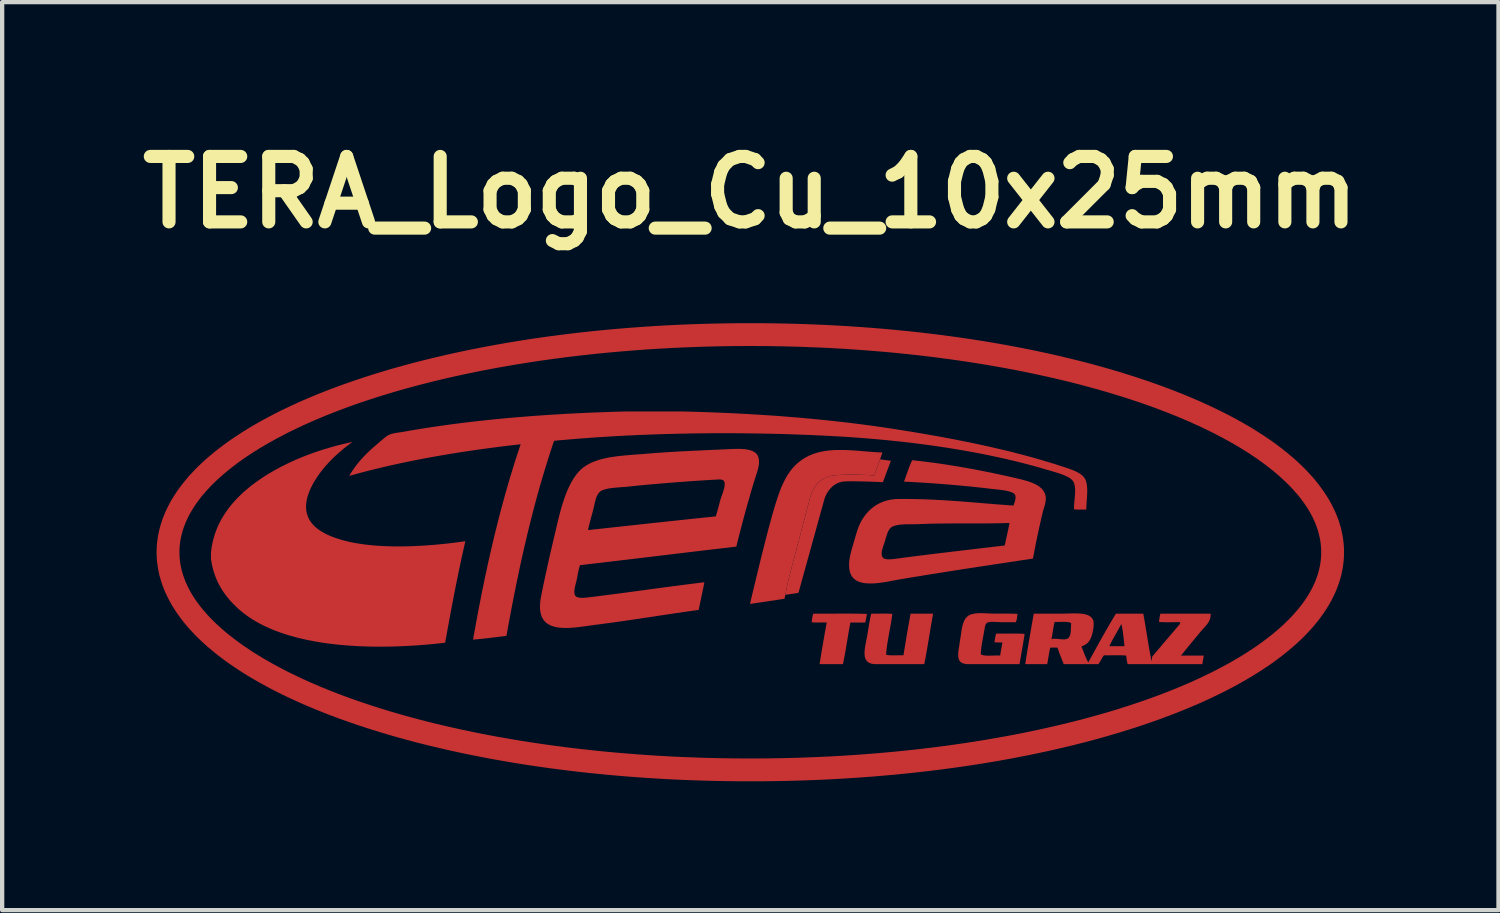
<source format=kicad_pcb>
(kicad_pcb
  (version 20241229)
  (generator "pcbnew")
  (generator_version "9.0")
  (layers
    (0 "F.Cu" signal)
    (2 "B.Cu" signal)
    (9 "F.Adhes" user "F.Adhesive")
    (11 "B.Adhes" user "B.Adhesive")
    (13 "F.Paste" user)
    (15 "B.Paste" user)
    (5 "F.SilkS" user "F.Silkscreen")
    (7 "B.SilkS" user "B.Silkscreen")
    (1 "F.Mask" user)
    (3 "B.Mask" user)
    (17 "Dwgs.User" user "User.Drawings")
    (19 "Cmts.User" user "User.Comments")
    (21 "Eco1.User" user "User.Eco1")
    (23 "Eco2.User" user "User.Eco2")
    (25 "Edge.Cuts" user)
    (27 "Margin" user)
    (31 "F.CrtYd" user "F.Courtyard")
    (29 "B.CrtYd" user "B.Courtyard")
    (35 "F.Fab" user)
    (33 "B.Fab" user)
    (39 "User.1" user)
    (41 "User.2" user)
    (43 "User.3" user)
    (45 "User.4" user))
  (footprint "TERA_Logo_Cu_10x25mm"
    (layer "F.Cu")
    (at 14.42 9.808)
    (property "Reference" "TERA_Logo_Cu_10x25mm" (at 0 -8.381 0) (layer "F.SilkS") (effects (font (size 1.524 1.524) (thickness 0.305))))
    (attr smd)
    (fp_poly (pts (xy 2.715 1.436) (xy 2.702 1.502) (xy 2.691 1.572) (xy 2.676 1.636) (xy 2.33 1.636) (xy 2.317 1.704) (xy 2.305 1.773) (xy 2.292 1.842) (xy 2.28 1.912) (xy 2.269 1.982) (xy 2.257 2.052) (xy 2.245 2.122) (xy 2.233 2.192) (xy 2.222 2.261) (xy 2.209 2.331) (xy 2.197 2.4) (xy 2.184 2.469) (xy 2.171 2.537) (xy 2.157 2.605) (xy 1.613 2.605) (xy 1.624 2.535) (xy 1.635 2.465) (xy 1.646 2.395) (xy 1.658 2.325) (xy 1.669 2.256) (xy 1.681 2.186) (xy 1.693 2.117) (xy 1.705 2.048) (xy 1.717 1.979) (xy 1.729 1.91) (xy 1.741 1.841) (xy 1.754 1.773) (xy 1.766 1.704) (xy 1.779 1.636) (xy 1.72 1.635) (xy 1.66 1.635) (xy 1.599 1.636) (xy 1.539 1.637) (xy 1.481 1.634) (xy 1.427 1.629) (xy 1.438 1.56) (xy 1.448 1.49) (xy 1.467 1.43) (xy 1.536 1.43) (xy 1.605 1.431) (xy 1.675 1.431) (xy 1.745 1.43) (xy 1.815 1.43) (xy 1.885 1.43) (xy 1.955 1.43) (xy 2.025 1.429) (xy 2.095 1.429) (xy 2.165 1.429) (xy 2.235 1.429) (xy 2.305 1.429) (xy 2.374 1.429) (xy 2.443 1.43) (xy 2.512 1.431) (xy 2.58 1.432) (xy 2.648 1.434) (xy 2.715 1.436) (xy 2.715 1.436)) (stroke (width 0) (type solid)) (fill yes) (layer "F.Cu"))
    (fp_poly (pts (xy 0.864 0.746) (xy 0.915 0.533) (xy 1.351 -1.116) (xy 1.357 -1.14) (xy 1.372 -1.199) (xy 1.394 -1.279) (xy 1.402 -1.303) (xy 1.413 -1.337) (xy 1.428 -1.377) (xy 1.449 -1.423) (xy 1.474 -1.472) (xy 1.506 -1.523) (xy 1.543 -1.575) (xy 1.588 -1.624) (xy 1.64 -1.671) (xy 1.7 -1.712) (xy 1.769 -1.746) (xy 1.847 -1.772) (xy 1.934 -1.788) (xy 2.022 -1.796) (xy 2.113 -1.802) (xy 2.205 -1.806) (xy 2.298 -1.807) (xy 2.388 -1.808) (xy 2.476 -1.807) (xy 2.559 -1.805) (xy 2.636 -1.802) (xy 2.705 -1.799) (xy 2.765 -1.796) (xy 2.815 -1.793) (xy 2.852 -1.79) (xy 2.875 -1.789) (xy 2.884 -1.788) (xy 3.021 -2.163) (xy 3.273 -2.13) (xy 3.087 -1.632) (xy 3.079 -1.632) (xy 3.055 -1.633) (xy 3.018 -1.635) (xy 2.969 -1.637) (xy 2.908 -1.639) (xy 2.839 -1.642) (xy 2.762 -1.645) (xy 2.679 -1.647) (xy 2.591 -1.649) (xy 2.5 -1.651) (xy 2.408 -1.652) (xy 2.316 -1.652) (xy 2.225 -1.651) (xy 2.135 -1.642) (xy 2.054 -1.619) (xy 1.985 -1.586) (xy 1.925 -1.544) (xy 1.874 -1.496) (xy 1.832 -1.446) (xy 1.797 -1.396) (xy 1.771 -1.349) (xy 1.751 -1.307) (xy 1.737 -1.274) (xy 1.73 -1.253) (xy 1.727 -1.245) (xy 1.121 0.945) (xy 0.816 0.992) (xy 0.864 0.746) (xy 0.864 0.746)) (stroke (width 0) (type solid)) (fill yes) (layer "F.Cu"))
    (fp_poly (pts (xy 3.731 1.43) (xy 4.256 1.43) (xy 4.243 1.498) (xy 4.231 1.567) (xy 4.219 1.637) (xy 4.207 1.706) (xy 4.196 1.776) (xy 4.184 1.845) (xy 4.172 1.915) (xy 4.161 1.984) (xy 4.149 2.054) (xy 4.137 2.124) (xy 4.126 2.193) (xy 4.114 2.262) (xy 4.101 2.331) (xy 4.089 2.4) (xy 4.076 2.469) (xy 4.063 2.537) (xy 4.05 2.605) (xy 2.894 2.605) (xy 2.831 2.597) (xy 2.779 2.581) (xy 2.738 2.557) (xy 2.707 2.526) (xy 2.684 2.49) (xy 2.669 2.447) (xy 2.661 2.4) (xy 2.659 2.349) (xy 2.661 2.295) (xy 2.668 2.238) (xy 2.677 2.179) (xy 2.688 2.12) (xy 2.699 2.06) (xy 2.711 2) (xy 2.722 1.941) (xy 2.734 1.869) (xy 2.745 1.798) (xy 2.757 1.729) (xy 2.768 1.662) (xy 2.779 1.598) (xy 2.79 1.538) (xy 2.802 1.482) (xy 2.815 1.43) (xy 2.885 1.431) (xy 2.957 1.43) (xy 3.029 1.429) (xy 3.101 1.429) (xy 3.171 1.429) (xy 3.24 1.431) (xy 3.306 1.436) (xy 3.297 1.505) (xy 3.287 1.573) (xy 3.276 1.642) (xy 3.264 1.71) (xy 3.252 1.777) (xy 3.239 1.845) (xy 3.227 1.913) (xy 3.215 1.981) (xy 3.203 2.048) (xy 3.192 2.116) (xy 3.182 2.183) (xy 3.173 2.251) (xy 3.166 2.318) (xy 3.16 2.386) (xy 3.219 2.397) (xy 3.285 2.401) (xy 3.355 2.401) (xy 3.426 2.399) (xy 3.497 2.398) (xy 3.565 2.399) (xy 3.577 2.329) (xy 3.588 2.26) (xy 3.6 2.19) (xy 3.611 2.121) (xy 3.623 2.051) (xy 3.634 1.982) (xy 3.646 1.912) (xy 3.658 1.843) (xy 3.67 1.774) (xy 3.682 1.705) (xy 3.694 1.636) (xy 3.706 1.567) (xy 3.719 1.498) (xy 3.731 1.43) (xy 3.731 1.43)) (stroke (width 0) (type solid)) (fill yes) (layer "F.Cu"))
    (fp_poly (pts (xy 6.387 1.901) (xy 6.377 1.966) (xy 6.367 2.03) (xy 6.356 2.094) (xy 6.345 2.158) (xy 6.334 2.222) (xy 6.323 2.286) (xy 6.312 2.35) (xy 6.301 2.413) (xy 6.29 2.477) (xy 6.279 2.541) (xy 6.268 2.605) (xy 5.039 2.605) (xy 4.968 2.593) (xy 4.915 2.57) (xy 4.878 2.537) (xy 4.854 2.494) (xy 4.842 2.443) (xy 4.839 2.384) (xy 4.843 2.318) (xy 4.854 2.246) (xy 4.862 2.19) (xy 4.87 2.134) (xy 4.878 2.079) (xy 4.887 2.027) (xy 4.898 1.958) (xy 4.908 1.889) (xy 4.918 1.821) (xy 4.93 1.756) (xy 4.944 1.693) (xy 4.963 1.635) (xy 4.986 1.583) (xy 5.015 1.536) (xy 5.052 1.497) (xy 5.097 1.465) (xy 5.152 1.443) (xy 5.214 1.429) (xy 5.278 1.421) (xy 5.345 1.418) (xy 5.412 1.419) (xy 5.481 1.422) (xy 5.549 1.425) (xy 5.617 1.428) (xy 5.684 1.43) (xy 5.749 1.429) (xy 5.815 1.429) (xy 5.881 1.429) (xy 5.947 1.428) (xy 6.014 1.429) (xy 6.081 1.43) (xy 6.151 1.432) (xy 6.221 1.436) (xy 6.212 1.505) (xy 6.202 1.572) (xy 6.182 1.629) (xy 5.843 1.629) (xy 5.773 1.626) (xy 5.699 1.622) (xy 5.627 1.62) (xy 5.563 1.625) (xy 5.511 1.642) (xy 5.479 1.681) (xy 5.462 1.738) (xy 5.451 1.802) (xy 5.439 1.868) (xy 5.427 1.934) (xy 5.415 1.999) (xy 5.403 2.065) (xy 5.392 2.129) (xy 5.382 2.193) (xy 5.374 2.256) (xy 5.368 2.318) (xy 5.365 2.379) (xy 5.415 2.397) (xy 5.474 2.406) (xy 5.54 2.409) (xy 5.61 2.407) (xy 5.681 2.405) (xy 5.751 2.403) (xy 5.816 2.406) (xy 5.827 2.344) (xy 5.837 2.283) (xy 5.848 2.222) (xy 5.859 2.162) (xy 5.87 2.1) (xy 5.806 2.1) (xy 5.74 2.101) (xy 5.684 2.094) (xy 5.695 2.026) (xy 5.706 1.957) (xy 5.723 1.894) (xy 5.79 1.895) (xy 5.857 1.895) (xy 5.924 1.895) (xy 5.992 1.894) (xy 6.06 1.894) (xy 6.127 1.893) (xy 6.194 1.894) (xy 6.26 1.895) (xy 6.324 1.897) (xy 6.387 1.901) (xy 6.387 1.901)) (stroke (width 0) (type solid)) (fill yes) (layer "F.Cu"))
    (fp_poly (pts (xy 0.796 1.083) (xy -0.007 1.204) (xy -0.006 1.2) (xy -0.003 1.187) (xy 0.001 1.167) (xy 0.008 1.139) (xy 0.016 1.104) (xy 0.026 1.062) (xy 0.037 1.015) (xy 0.05 0.961) (xy 0.064 0.902) (xy 0.079 0.838) (xy 0.095 0.77) (xy 0.113 0.697) (xy 0.131 0.621) (xy 0.15 0.542) (xy 0.17 0.459) (xy 0.191 0.374) (xy 0.212 0.287) (xy 0.234 0.199) (xy 0.256 0.109) (xy 0.279 0.018) (xy 0.302 -0.073) (xy 0.325 -0.164) (xy 0.348 -0.254) (xy 0.371 -0.344) (xy 0.394 -0.432) (xy 0.416 -0.519) (xy 0.439 -0.604) (xy 0.461 -0.686) (xy 0.483 -0.765) (xy 0.504 -0.841) (xy 0.524 -0.913) (xy 0.544 -0.981) (xy 0.565 -1.053) (xy 0.587 -1.125) (xy 0.609 -1.195) (xy 0.632 -1.264) (xy 0.655 -1.333) (xy 0.679 -1.4) (xy 0.704 -1.466) (xy 0.73 -1.53) (xy 0.758 -1.592) (xy 0.787 -1.653) (xy 0.818 -1.713) (xy 0.851 -1.77) (xy 0.886 -1.826) (xy 0.923 -1.879) (xy 0.962 -1.93) (xy 1.003 -1.979) (xy 1.047 -2.024) (xy 1.092 -2.067) (xy 1.14 -2.108) (xy 1.19 -2.145) (xy 1.242 -2.18) (xy 1.297 -2.212) (xy 1.354 -2.242) (xy 1.414 -2.268) (xy 1.476 -2.292) (xy 1.541 -2.313) (xy 1.608 -2.331) (xy 1.678 -2.347) (xy 1.751 -2.359) (xy 1.827 -2.369) (xy 1.905 -2.375) (xy 1.977 -2.379) (xy 2.049 -2.381) (xy 2.119 -2.381) (xy 2.189 -2.38) (xy 2.258 -2.378) (xy 2.327 -2.375) (xy 2.396 -2.371) (xy 2.464 -2.366) (xy 2.532 -2.361) (xy 2.599 -2.355) (xy 2.667 -2.349) (xy 2.734 -2.344) (xy 2.802 -2.338) (xy 2.87 -2.333) (xy 2.937 -2.329) (xy 3.006 -2.325) (xy 3.074 -2.322) (xy 3.057 -2.268) (xy 3.038 -2.217) (xy 3.021 -2.163) (xy 2.884 -1.788) (xy 2.875 -1.789) (xy 2.852 -1.79) (xy 2.815 -1.793) (xy 2.765 -1.796) (xy 2.705 -1.799) (xy 2.636 -1.802) (xy 2.559 -1.805) (xy 2.476 -1.807) (xy 2.388 -1.808) (xy 2.298 -1.807) (xy 2.205 -1.806) (xy 2.113 -1.802) (xy 2.022 -1.796) (xy 1.934 -1.788) (xy 1.847 -1.772) (xy 1.769 -1.746) (xy 1.7 -1.712) (xy 1.64 -1.671) (xy 1.588 -1.624) (xy 1.543 -1.575) (xy 1.506 -1.523) (xy 1.474 -1.472) (xy 1.449 -1.423) (xy 1.428 -1.377) (xy 1.413 -1.337) (xy 1.402 -1.303) (xy 1.394 -1.279) (xy 1.372 -1.199) (xy 1.357 -1.14) (xy 1.351 -1.116) (xy 0.915 0.533) (xy 0.864 0.746) (xy 0.816 0.992) (xy 0.803 1.048) (xy 0.796 1.083)) (stroke (width 0) (type solid)) (fill yes) (layer "F.Cu"))
    (fp_poly (pts (xy 10.717 1.43) (xy 10.717 1.47) (xy 10.707 1.541) (xy 10.684 1.602) (xy 10.651 1.656) (xy 10.612 1.705) (xy 10.569 1.752) (xy 10.525 1.802) (xy 10.482 1.852) (xy 10.44 1.902) (xy 10.398 1.952) (xy 10.356 2.003) (xy 10.314 2.054) (xy 10.272 2.105) (xy 10.23 2.156) (xy 10.189 2.206) (xy 10.148 2.257) (xy 10.107 2.307) (xy 10.067 2.357) (xy 10.026 2.406) (xy 10.558 2.406) (xy 10.547 2.473) (xy 10.535 2.538) (xy 10.525 2.605) (xy 8.785 2.605) (xy 8.704 2.12) (xy 8.697 2.053) (xy 8.69 1.986) (xy 8.682 1.92) (xy 8.674 1.855) (xy 8.664 1.791) (xy 8.652 1.729) (xy 8.638 1.669) (xy 8.608 1.727) (xy 8.577 1.784) (xy 8.545 1.841) (xy 8.513 1.898) (xy 8.481 1.954) (xy 8.449 2.011) (xy 8.418 2.068) (xy 8.388 2.127) (xy 8.359 2.187) (xy 8.711 2.187) (xy 8.704 2.12) (xy 8.785 2.605) (xy 8.771 2.541) (xy 8.759 2.476) (xy 8.752 2.406) (xy 8.691 2.401) (xy 8.627 2.399) (xy 8.562 2.398) (xy 8.497 2.398) (xy 8.43 2.399) (xy 8.364 2.4) (xy 8.298 2.4) (xy 8.233 2.399) (xy 8.199 2.448) (xy 8.168 2.5) (xy 8.138 2.553) (xy 8.107 2.605) (xy 7.297 2.605) (xy 7.404 2.001) (xy 7.433 1.961) (xy 7.452 1.905) (xy 7.461 1.838) (xy 7.465 1.768) (xy 7.467 1.703) (xy 7.47 1.649) (xy 7.42 1.63) (xy 7.36 1.622) (xy 7.293 1.62) (xy 7.222 1.622) (xy 7.151 1.624) (xy 7.085 1.622) (xy 7.07 1.686) (xy 7.058 1.752) (xy 7.047 1.82) (xy 7.036 1.888) (xy 7.025 1.955) (xy 7.012 2.021) (xy 7.073 2.014) (xy 7.135 2.016) (xy 7.197 2.022) (xy 7.257 2.028) (xy 7.313 2.029) (xy 7.362 2.021) (xy 7.404 2.001) (xy 7.404 2.001) (xy 7.297 2.605) (xy 7.272 2.541) (xy 7.247 2.478) (xy 7.222 2.415) (xy 7.197 2.351) (xy 7.174 2.286) (xy 7.151 2.22) (xy 6.985 2.22) (xy 6.969 2.281) (xy 6.957 2.344) (xy 6.946 2.41) (xy 6.935 2.476) (xy 6.925 2.541) (xy 6.912 2.605) (xy 6.401 2.605) (xy 6.412 2.535) (xy 6.422 2.465) (xy 6.434 2.395) (xy 6.445 2.326) (xy 6.456 2.256) (xy 6.468 2.187) (xy 6.479 2.118) (xy 6.491 2.049) (xy 6.503 1.98) (xy 6.515 1.911) (xy 6.527 1.842) (xy 6.539 1.773) (xy 6.551 1.704) (xy 6.563 1.635) (xy 6.575 1.567) (xy 6.588 1.498) (xy 6.6 1.43) (xy 7.244 1.43) (xy 7.31 1.429) (xy 7.378 1.427) (xy 7.447 1.425) (xy 7.515 1.424) (xy 7.582 1.424) (xy 7.647 1.426) (xy 7.709 1.431) (xy 7.767 1.439) (xy 7.821 1.451) (xy 7.869 1.468) (xy 7.91 1.492) (xy 7.945 1.521) (xy 7.971 1.558) (xy 7.988 1.602) (xy 7.994 1.649) (xy 7.994 1.707) (xy 7.987 1.771) (xy 7.976 1.838) (xy 7.96 1.904) (xy 7.942 1.964) (xy 7.921 2.014) (xy 7.891 2.067) (xy 7.856 2.109) (xy 7.814 2.143) (xy 7.765 2.171) (xy 7.709 2.193) (xy 7.735 2.256) (xy 7.76 2.32) (xy 7.784 2.384) (xy 7.81 2.446) (xy 7.838 2.507) (xy 7.868 2.565) (xy 7.902 2.505) (xy 7.935 2.444) (xy 7.968 2.384) (xy 8.001 2.324) (xy 8.035 2.263) (xy 8.068 2.203) (xy 8.101 2.143) (xy 8.135 2.082) (xy 8.168 2.022) (xy 8.202 1.962) (xy 8.236 1.902) (xy 8.27 1.843) (xy 8.304 1.783) (xy 8.338 1.724) (xy 8.372 1.664) (xy 8.407 1.605) (xy 8.442 1.547) (xy 8.477 1.488) (xy 8.512 1.43) (xy 9.15 1.43) (xy 9.162 1.499) (xy 9.174 1.568) (xy 9.186 1.638) (xy 9.198 1.707) (xy 9.209 1.777) (xy 9.221 1.847) (xy 9.232 1.917) (xy 9.244 1.987) (xy 9.255 2.057) (xy 9.267 2.127) (xy 9.278 2.196) (xy 9.291 2.265) (xy 9.303 2.334) (xy 9.316 2.403) (xy 9.329 2.471) (xy 9.342 2.539) (xy 9.35 2.486) (xy 9.356 2.432) (xy 9.397 2.383) (xy 9.439 2.333) (xy 9.482 2.283) (xy 9.525 2.232) (xy 9.568 2.181) (xy 9.611 2.13) (xy 9.655 2.079) (xy 9.698 2.028) (xy 9.742 1.977) (xy 9.785 1.927) (xy 9.828 1.876) (xy 9.87 1.827) (xy 9.912 1.777) (xy 9.953 1.729) (xy 9.997 1.676) (xy 10.013 1.629) (xy 9.951 1.628) (xy 9.888 1.628) (xy 9.824 1.629) (xy 9.76 1.63) (xy 9.697 1.63) (xy 9.634 1.629) (xy 9.574 1.627) (xy 9.515 1.622) (xy 9.524 1.556) (xy 9.533 1.49) (xy 9.548 1.43) (xy 10.717 1.43) (xy 10.717 1.43)) (stroke (width 0) (type solid)) (fill yes) (layer "F.Cu"))
    (fp_poly (pts (xy -6.635 -0.257) (xy -6.65 -0.191) (xy -6.665 -0.125) (xy -6.68 -0.059) (xy -6.694 0.007) (xy -6.709 0.073) (xy -6.724 0.14) (xy -6.738 0.207) (xy -6.752 0.273) (xy -6.767 0.34) (xy -6.781 0.407) (xy -6.795 0.474) (xy -6.808 0.541) (xy -6.822 0.608) (xy -6.836 0.676) (xy -6.849 0.743) (xy -6.863 0.811) (xy -6.876 0.878) (xy -6.89 0.946) (xy -6.903 1.014) (xy -6.916 1.082) (xy -6.929 1.15) (xy -6.942 1.218) (xy -6.955 1.286) (xy -6.968 1.354) (xy -6.981 1.422) (xy -6.993 1.49) (xy -7.006 1.559) (xy -7.019 1.627) (xy -7.031 1.696) (xy -7.044 1.764) (xy -7.056 1.833) (xy -7.069 1.901) (xy -7.081 1.97) (xy -7.094 2.038) (xy -7.106 2.107) (xy -7.18 2.115) (xy -7.253 2.123) (xy -7.327 2.131) (xy -7.401 2.138) (xy -7.476 2.145) (xy -7.55 2.152) (xy -7.625 2.158) (xy -7.699 2.164) (xy -7.774 2.169) (xy -7.849 2.174) (xy -7.923 2.178) (xy -7.998 2.182) (xy -8.073 2.186) (xy -8.148 2.189) (xy -8.223 2.192) (xy -8.297 2.194) (xy -8.372 2.196) (xy -8.447 2.197) (xy -8.521 2.198) (xy -8.595 2.199) (xy -8.67 2.199) (xy -8.744 2.198) (xy -8.817 2.197) (xy -8.891 2.195) (xy -8.965 2.193) (xy -9.038 2.19) (xy -9.111 2.187) (xy -9.183 2.184) (xy -9.256 2.179) (xy -9.328 2.174) (xy -9.4 2.169) (xy -9.471 2.163) (xy -9.542 2.157) (xy -9.613 2.15) (xy -9.683 2.142) (xy -9.753 2.134) (xy -9.822 2.125) (xy -9.891 2.116) (xy -9.96 2.106) (xy -10.028 2.095) (xy -10.095 2.084) (xy -10.162 2.072) (xy -10.228 2.059) (xy -10.294 2.046) (xy -10.359 2.032) (xy -10.424 2.018) (xy -10.488 2.003) (xy -10.551 1.987) (xy -10.614 1.971) (xy -10.676 1.953) (xy -10.738 1.936) (xy -10.798 1.917) (xy -10.858 1.898) (xy -10.917 1.878) (xy -10.976 1.857) (xy -11.033 1.836) (xy -11.09 1.814) (xy -11.146 1.791) (xy -11.201 1.768) (xy -11.255 1.743) (xy -11.309 1.718) (xy -11.361 1.692) (xy -11.413 1.666) (xy -11.463 1.638) (xy -11.513 1.61) (xy -11.562 1.581) (xy -11.609 1.552) (xy -11.656 1.521) (xy -11.702 1.49) (xy -11.746 1.458) (xy -11.79 1.425) (xy -11.832 1.391) (xy -11.874 1.357) (xy -11.922 1.315) (xy -11.969 1.271) (xy -12.015 1.226) (xy -12.06 1.18) (xy -12.104 1.133) (xy -12.146 1.084) (xy -12.187 1.033) (xy -12.227 0.981) (xy -12.265 0.928) (xy -12.301 0.873) (xy -12.335 0.816) (xy -12.368 0.757) (xy -12.399 0.697) (xy -12.427 0.635) (xy -12.453 0.571) (xy -12.477 0.505) (xy -12.498 0.438) (xy -12.517 0.368) (xy -12.534 0.297) (xy -12.547 0.224) (xy -12.558 0.148) (xy -12.558 0.009) (xy -12.549 -0.066) (xy -12.538 -0.139) (xy -12.524 -0.211) (xy -12.508 -0.281) (xy -12.489 -0.35) (xy -12.469 -0.417) (xy -12.446 -0.483) (xy -12.421 -0.547) (xy -12.394 -0.61) (xy -12.365 -0.672) (xy -12.334 -0.732) (xy -12.301 -0.791) (xy -12.267 -0.848) (xy -12.231 -0.904) (xy -12.194 -0.959) (xy -12.155 -1.013) (xy -12.115 -1.065) (xy -12.073 -1.116) (xy -12.031 -1.165) (xy -11.987 -1.214) (xy -11.942 -1.261) (xy -11.897 -1.307) (xy -11.85 -1.352) (xy -11.803 -1.396) (xy -11.755 -1.438) (xy -11.706 -1.479) (xy -11.657 -1.52) (xy -11.608 -1.559) (xy -11.558 -1.597) (xy -11.507 -1.634) (xy -11.457 -1.669) (xy -11.407 -1.704) (xy -11.356 -1.738) (xy -11.302 -1.773) (xy -11.247 -1.808) (xy -11.191 -1.842) (xy -11.134 -1.875) (xy -11.077 -1.908) (xy -11.019 -1.94) (xy -10.961 -1.971) (xy -10.902 -2.002) (xy -10.842 -2.032) (xy -10.782 -2.062) (xy -10.721 -2.091) (xy -10.66 -2.119) (xy -10.598 -2.147) (xy -10.535 -2.174) (xy -10.472 -2.2) (xy -10.409 -2.226) (xy -10.345 -2.251) (xy -10.28 -2.275) (xy -10.215 -2.299) (xy -10.15 -2.323) (xy -10.084 -2.345) (xy -10.018 -2.367) (xy -9.951 -2.389) (xy -9.884 -2.409) (xy -9.817 -2.429) (xy -9.749 -2.449) (xy -9.68 -2.468) (xy -9.612 -2.486) (xy -9.543 -2.504) (xy -9.474 -2.521) (xy -9.404 -2.537) (xy -9.334 -2.553) (xy -9.264 -2.568) (xy -9.319 -2.528) (xy -9.373 -2.487) (xy -9.427 -2.445) (xy -9.48 -2.402) (xy -9.532 -2.358) (xy -9.584 -2.314) (xy -9.635 -2.268) (xy -9.685 -2.222) (xy -9.734 -2.174) (xy -9.782 -2.125) (xy -9.829 -2.075) (xy -9.875 -2.024) (xy -9.92 -1.972) (xy -9.963 -1.919) (xy -10.006 -1.864) (xy -10.047 -1.808) (xy -10.086 -1.75) (xy -10.124 -1.692) (xy -10.161 -1.632) (xy -10.189 -1.582) (xy -10.216 -1.529) (xy -10.243 -1.474) (xy -10.268 -1.416) (xy -10.29 -1.355) (xy -10.31 -1.294) (xy -10.325 -1.231) (xy -10.337 -1.166) (xy -10.343 -1.102) (xy -10.344 -1.037) (xy -10.339 -0.972) (xy -10.327 -0.908) (xy -10.306 -0.842) (xy -10.279 -0.78) (xy -10.246 -0.723) (xy -10.207 -0.671) (xy -10.163 -0.622) (xy -10.115 -0.577) (xy -10.063 -0.535) (xy -10.007 -0.497) (xy -9.949 -0.462) (xy -9.888 -0.43) (xy -9.838 -0.405) (xy -9.786 -0.382) (xy -9.732 -0.36) (xy -9.677 -0.34) (xy -9.621 -0.32) (xy -9.563 -0.302) (xy -9.504 -0.284) (xy -9.443 -0.268) (xy -9.381 -0.253) (xy -9.319 -0.238) (xy -9.255 -0.225) (xy -9.19 -0.213) (xy -9.124 -0.202) (xy -9.057 -0.192) (xy -8.989 -0.182) (xy -8.921 -0.174) (xy -8.851 -0.167) (xy -8.781 -0.16) (xy -8.711 -0.154) (xy -8.639 -0.149) (xy -8.568 -0.145) (xy -8.495 -0.142) (xy -8.423 -0.139) (xy -8.35 -0.137) (xy -8.276 -0.136) (xy -8.203 -0.136) (xy -8.129 -0.136) (xy -8.055 -0.137) (xy -7.981 -0.138) (xy -7.907 -0.14) (xy -7.833 -0.143) (xy -7.759 -0.146) (xy -7.685 -0.15) (xy -7.612 -0.154) (xy -7.539 -0.159) (xy -7.466 -0.165) (xy -7.393 -0.17) (xy -7.321 -0.176) (xy -7.249 -0.183) (xy -7.178 -0.19) (xy -7.107 -0.197) (xy -7.037 -0.205) (xy -6.968 -0.213) (xy -6.9 -0.221) (xy -6.832 -0.23) (xy -6.765 -0.239) (xy -6.699 -0.248) (xy -6.635 -0.257)) (stroke (width 0) (type solid)) (fill yes) (layer "F.Cu"))
    (fp_poly (pts (xy 6.879 -1.28) (xy 5.923 -0.157) (xy 5.937 -0.223) (xy 5.952 -0.288) (xy 5.966 -0.353) (xy 5.981 -0.418) (xy 5.995 -0.483) (xy 6.009 -0.549) (xy 6.022 -0.615) (xy 6.035 -0.682) (xy 5.97 -0.68) (xy 5.903 -0.678) (xy 5.836 -0.676) (xy 5.769 -0.675) (xy 5.701 -0.674) (xy 5.632 -0.673) (xy 5.563 -0.672) (xy 5.493 -0.672) (xy 5.423 -0.672) (xy 5.353 -0.671) (xy 5.282 -0.671) (xy 5.212 -0.671) (xy 5.141 -0.671) (xy 5.069 -0.671) (xy 4.998 -0.671) (xy 4.926 -0.671) (xy 4.855 -0.671) (xy 4.783 -0.671) (xy 4.712 -0.671) (xy 4.64 -0.67) (xy 4.569 -0.67) (xy 4.498 -0.669) (xy 4.426 -0.669) (xy 4.356 -0.667) (xy 4.285 -0.666) (xy 4.215 -0.665) (xy 4.145 -0.663) (xy 4.075 -0.661) (xy 4.006 -0.658) (xy 3.937 -0.655) (xy 3.865 -0.653) (xy 3.793 -0.652) (xy 3.72 -0.652) (xy 3.649 -0.651) (xy 3.58 -0.649) (xy 3.513 -0.645) (xy 3.45 -0.637) (xy 3.392 -0.626) (xy 3.339 -0.61) (xy 3.293 -0.589) (xy 3.254 -0.556) (xy 3.222 -0.51) (xy 3.195 -0.453) (xy 3.173 -0.39) (xy 3.153 -0.323) (xy 3.134 -0.257) (xy 3.118 -0.21) (xy 3.099 -0.155) (xy 3.079 -0.095) (xy 3.064 -0.035) (xy 3.057 0.024) (xy 3.061 0.077) (xy 3.081 0.121) (xy 3.116 0.148) (xy 3.167 0.162) (xy 3.228 0.166) (xy 3.293 0.162) (xy 3.357 0.156) (xy 3.413 0.148) (xy 3.483 0.139) (xy 3.553 0.129) (xy 3.624 0.12) (xy 3.694 0.111) (xy 3.764 0.102) (xy 3.835 0.093) (xy 3.905 0.084) (xy 3.975 0.076) (xy 4.045 0.067) (xy 4.115 0.058) (xy 4.185 0.049) (xy 4.255 0.041) (xy 4.324 0.032) (xy 4.394 0.024) (xy 4.464 0.015) (xy 4.534 0.007) (xy 4.603 -0.001) (xy 4.673 -0.01) (xy 4.742 -0.018) (xy 4.812 -0.026) (xy 4.882 -0.034) (xy 4.951 -0.043) (xy 5.021 -0.051) (xy 5.09 -0.059) (xy 5.159 -0.067) (xy 5.229 -0.075) (xy 5.298 -0.084) (xy 5.368 -0.092) (xy 5.437 -0.1) (xy 5.506 -0.108) (xy 5.576 -0.116) (xy 5.645 -0.125) (xy 5.715 -0.133) (xy 5.784 -0.141) (xy 5.853 -0.149) (xy 5.923 -0.157) (xy 5.923 -0.157) (xy 6.879 -1.28) (xy 6.879 -1.22) (xy 6.871 -1.159) (xy 6.857 -1.099) (xy 6.839 -1.039) (xy 6.821 -0.98) (xy 6.806 -0.921) (xy 6.791 -0.856) (xy 6.775 -0.791) (xy 6.76 -0.724) (xy 6.745 -0.658) (xy 6.73 -0.591) (xy 6.716 -0.523) (xy 6.701 -0.456) (xy 6.686 -0.388) (xy 6.672 -0.32) (xy 6.658 -0.252) (xy 6.644 -0.184) (xy 6.631 -0.117) (xy 6.618 -0.05) (xy 6.605 0.017) (xy 6.592 0.083) (xy 6.58 0.148) (xy 6.511 0.158) (xy 6.443 0.169) (xy 6.374 0.179) (xy 6.306 0.189) (xy 6.238 0.199) (xy 6.169 0.21) (xy 6.101 0.22) (xy 6.033 0.23) (xy 5.965 0.24) (xy 5.897 0.251) (xy 5.829 0.261) (xy 5.761 0.271) (xy 5.693 0.281) (xy 5.625 0.292) (xy 5.558 0.302) (xy 5.49 0.312) (xy 5.422 0.323) (xy 5.354 0.333) (xy 5.286 0.343) (xy 5.219 0.354) (xy 5.151 0.364) (xy 5.083 0.374) (xy 5.015 0.385) (xy 4.948 0.395) (xy 4.88 0.406) (xy 4.812 0.416) (xy 4.744 0.427) (xy 4.676 0.438) (xy 4.608 0.448) (xy 4.54 0.459) (xy 4.472 0.47) (xy 4.404 0.481) (xy 4.336 0.492) (xy 4.268 0.502) (xy 4.199 0.513) (xy 4.131 0.524) (xy 4.063 0.535) (xy 3.994 0.547) (xy 3.926 0.558) (xy 3.857 0.569) (xy 3.788 0.58) (xy 3.719 0.592) (xy 3.65 0.603) (xy 3.581 0.615) (xy 3.512 0.626) (xy 3.46 0.635) (xy 3.406 0.645) (xy 3.349 0.656) (xy 3.29 0.667) (xy 3.23 0.678) (xy 3.169 0.689) (xy 3.108 0.699) (xy 3.046 0.708) (xy 2.984 0.716) (xy 2.922 0.722) (xy 2.861 0.726) (xy 2.801 0.727) (xy 2.743 0.726) (xy 2.687 0.722) (xy 2.633 0.715) (xy 2.582 0.703) (xy 2.534 0.688) (xy 2.489 0.669) (xy 2.448 0.644) (xy 2.412 0.615) (xy 2.379 0.58) (xy 2.352 0.54) (xy 2.33 0.493) (xy 2.314 0.44) (xy 2.304 0.38) (xy 2.299 0.312) (xy 2.301 0.243) (xy 2.308 0.175) (xy 2.319 0.107) (xy 2.333 0.04) (xy 2.35 -0.026) (xy 2.367 -0.09) (xy 2.386 -0.151) (xy 2.403 -0.211) (xy 2.423 -0.281) (xy 2.443 -0.349) (xy 2.462 -0.415) (xy 2.482 -0.479) (xy 2.503 -0.542) (xy 2.526 -0.603) (xy 2.552 -0.663) (xy 2.582 -0.722) (xy 2.616 -0.778) (xy 2.652 -0.832) (xy 2.69 -0.883) (xy 2.732 -0.931) (xy 2.776 -0.976) (xy 2.823 -1.019) (xy 2.873 -1.058) (xy 2.925 -1.094) (xy 2.981 -1.126) (xy 3.039 -1.155) (xy 3.1 -1.179) (xy 3.163 -1.2) (xy 3.23 -1.217) (xy 3.299 -1.229) (xy 3.371 -1.237) (xy 3.446 -1.24) (xy 3.52 -1.24) (xy 3.594 -1.241) (xy 3.668 -1.24) (xy 3.741 -1.24) (xy 3.813 -1.238) (xy 3.886 -1.237) (xy 3.957 -1.235) (xy 4.029 -1.233) (xy 4.1 -1.23) (xy 4.171 -1.228) (xy 4.241 -1.224) (xy 4.311 -1.221) (xy 4.381 -1.217) (xy 4.45 -1.214) (xy 4.52 -1.209) (xy 4.589 -1.205) (xy 4.657 -1.201) (xy 4.726 -1.196) (xy 4.794 -1.191) (xy 4.862 -1.186) (xy 4.929 -1.181) (xy 4.997 -1.176) (xy 5.064 -1.17) (xy 5.131 -1.165) (xy 5.198 -1.16) (xy 5.265 -1.154) (xy 5.332 -1.149) (xy 5.399 -1.143) (xy 5.465 -1.138) (xy 5.532 -1.132) (xy 5.598 -1.127) (xy 5.665 -1.121) (xy 5.731 -1.116) (xy 5.797 -1.111) (xy 5.863 -1.106) (xy 5.93 -1.101) (xy 5.996 -1.096) (xy 6.062 -1.091) (xy 6.128 -1.087) (xy 6.146 -1.142) (xy 6.166 -1.205) (xy 6.177 -1.27) (xy 6.168 -1.333) (xy 6.146 -1.362) (xy 6.106 -1.388) (xy 6.051 -1.409) (xy 5.986 -1.426) (xy 5.914 -1.44) (xy 5.84 -1.451) (xy 5.765 -1.46) (xy 5.696 -1.467) (xy 5.634 -1.473) (xy 5.584 -1.479) (xy 5.517 -1.487) (xy 5.449 -1.495) (xy 5.382 -1.503) (xy 5.313 -1.51) (xy 5.245 -1.517) (xy 5.176 -1.525) (xy 5.107 -1.532) (xy 5.038 -1.539) (xy 4.968 -1.545) (xy 4.899 -1.552) (xy 4.829 -1.558) (xy 4.759 -1.564) (xy 4.689 -1.57) (xy 4.619 -1.576) (xy 4.548 -1.582) (xy 4.478 -1.587) (xy 4.408 -1.593) (xy 4.338 -1.598) (xy 4.268 -1.603) (xy 4.198 -1.608) (xy 4.128 -1.613) (xy 4.059 -1.617) (xy 3.989 -1.622) (xy 3.92 -1.626) (xy 3.851 -1.63) (xy 3.782 -1.634) (xy 3.714 -1.638) (xy 3.646 -1.641) (xy 3.578 -1.645) (xy 3.602 -1.707) (xy 3.625 -1.773) (xy 3.649 -1.841) (xy 3.673 -1.908) (xy 3.697 -1.974) (xy 3.722 -2.037) (xy 3.746 -2.093) (xy 3.771 -2.143) (xy 3.841 -2.135) (xy 3.911 -2.128) (xy 3.982 -2.119) (xy 4.052 -2.111) (xy 4.122 -2.102) (xy 4.192 -2.093) (xy 4.262 -2.084) (xy 4.332 -2.074) (xy 4.403 -2.064) (xy 4.473 -2.054) (xy 4.543 -2.043) (xy 4.613 -2.032) (xy 4.682 -2.021) (xy 4.752 -2.01) (xy 4.822 -1.999) (xy 4.891 -1.987) (xy 4.961 -1.975) (xy 5.03 -1.963) (xy 5.099 -1.95) (xy 5.168 -1.938) (xy 5.237 -1.925) (xy 5.305 -1.912) (xy 5.374 -1.899) (xy 5.442 -1.885) (xy 5.51 -1.871) (xy 5.578 -1.858) (xy 5.645 -1.844) (xy 5.713 -1.83) (xy 5.78 -1.815) (xy 5.847 -1.801) (xy 5.913 -1.786) (xy 5.979 -1.772) (xy 6.045 -1.757) (xy 6.111 -1.742) (xy 6.176 -1.727) (xy 6.242 -1.711) (xy 6.303 -1.697) (xy 6.366 -1.68) (xy 6.431 -1.662) (xy 6.495 -1.642) (xy 6.558 -1.619) (xy 6.619 -1.592) (xy 6.676 -1.562) (xy 6.728 -1.528) (xy 6.775 -1.489) (xy 6.814 -1.445) (xy 6.846 -1.396) (xy 6.867 -1.341) (xy 6.879 -1.28)) (stroke (width 0) (type solid)) (fill yes) (layer "F.Cu"))
    (fp_poly (pts (xy 0.185 -2.222) (xy -0.691 -1.24) (xy -0.677 -1.283) (xy -0.656 -1.341) (xy -0.632 -1.409) (xy -0.611 -1.48) (xy -0.598 -1.55) (xy -0.596 -1.611) (xy -0.612 -1.658) (xy -0.642 -1.683) (xy -0.687 -1.693) (xy -0.742 -1.695) (xy -0.804 -1.691) (xy -0.871 -1.687) (xy -0.937 -1.683) (xy -1.005 -1.679) (xy -1.072 -1.675) (xy -1.14 -1.671) (xy -1.209 -1.666) (xy -1.278 -1.662) (xy -1.347 -1.657) (xy -1.416 -1.652) (xy -1.485 -1.647) (xy -1.555 -1.642) (xy -1.625 -1.637) (xy -1.695 -1.631) (xy -1.765 -1.626) (xy -1.835 -1.62) (xy -1.905 -1.615) (xy -1.975 -1.609) (xy -2.045 -1.603) (xy -2.116 -1.597) (xy -2.186 -1.591) (xy -2.256 -1.585) (xy -2.325 -1.579) (xy -2.395 -1.573) (xy -2.465 -1.566) (xy -2.534 -1.56) (xy -2.603 -1.553) (xy -2.672 -1.546) (xy -2.74 -1.539) (xy -2.808 -1.532) (xy -2.876 -1.525) (xy -2.938 -1.52) (xy -3.006 -1.515) (xy -3.078 -1.509) (xy -3.151 -1.503) (xy -3.224 -1.495) (xy -3.294 -1.485) (xy -3.359 -1.472) (xy -3.418 -1.454) (xy -3.468 -1.433) (xy -3.507 -1.406) (xy -3.544 -1.361) (xy -3.574 -1.305) (xy -3.597 -1.242) (xy -3.616 -1.174) (xy -3.631 -1.106) (xy -3.646 -1.04) (xy -3.66 -0.981) (xy -3.678 -0.913) (xy -3.696 -0.847) (xy -3.714 -0.783) (xy -3.731 -0.719) (xy -3.748 -0.653) (xy -3.764 -0.586) (xy -3.779 -0.516) (xy -3.71 -0.523) (xy -3.641 -0.531) (xy -3.572 -0.538) (xy -3.503 -0.546) (xy -3.434 -0.553) (xy -3.365 -0.561) (xy -3.296 -0.568) (xy -3.226 -0.576) (xy -3.157 -0.583) (xy -3.088 -0.591) (xy -3.019 -0.598) (xy -2.95 -0.606) (xy -2.881 -0.613) (xy -2.812 -0.621) (xy -2.743 -0.628) (xy -2.674 -0.636) (xy -2.604 -0.643) (xy -2.535 -0.651) (xy -2.466 -0.658) (xy -2.397 -0.666) (xy -2.328 -0.673) (xy -2.259 -0.681) (xy -2.19 -0.688) (xy -2.121 -0.696) (xy -2.051 -0.703) (xy -1.982 -0.711) (xy -1.913 -0.718) (xy -1.844 -0.725) (xy -1.775 -0.733) (xy -1.705 -0.74) (xy -1.636 -0.747) (xy -1.567 -0.755) (xy -1.498 -0.762) (xy -1.428 -0.77) (xy -1.359 -0.777) (xy -1.29 -0.784) (xy -1.22 -0.791) (xy -1.151 -0.799) (xy -1.082 -0.806) (xy -1.012 -0.813) (xy -0.943 -0.82) (xy -0.874 -0.828) (xy -0.804 -0.835) (xy -0.783 -0.903) (xy -0.765 -0.967) (xy -0.748 -1.031) (xy -0.73 -1.097) (xy -0.712 -1.165) (xy -0.691 -1.24) (xy 0.185 -2.222) (xy 0.199 -2.166) (xy 0.203 -2.107) (xy 0.2 -2.046) (xy 0.189 -1.984) (xy 0.174 -1.921) (xy 0.156 -1.859) (xy 0.136 -1.798) (xy 0.117 -1.74) (xy 0.099 -1.685) (xy 0.079 -1.621) (xy 0.06 -1.555) (xy 0.04 -1.489) (xy 0.02 -1.421) (xy 0.000369 -1.353) (xy -0.019 -1.284) (xy -0.039 -1.214) (xy -0.059 -1.144) (xy -0.079 -1.074) (xy -0.098 -1.004) (xy -0.118 -0.933) (xy -0.137 -0.863) (xy -0.156 -0.792) (xy -0.175 -0.722) (xy -0.193 -0.653) (xy -0.211 -0.584) (xy -0.229 -0.516) (xy -0.246 -0.449) (xy -0.263 -0.383) (xy -0.28 -0.318) (xy -0.296 -0.254) (xy -0.311 -0.192) (xy -0.326 -0.131) (xy -0.396 -0.123) (xy -0.466 -0.115) (xy -0.537 -0.106) (xy -0.607 -0.098) (xy -0.677 -0.09) (xy -0.747 -0.082) (xy -0.817 -0.074) (xy -0.887 -0.066) (xy -0.957 -0.057) (xy -1.027 -0.049) (xy -1.097 -0.041) (xy -1.167 -0.032) (xy -1.237 -0.024) (xy -1.307 -0.016) (xy -1.377 -0.007) (xy -1.447 0.001) (xy -1.517 0.009) (xy -1.587 0.018) (xy -1.657 0.026) (xy -1.726 0.034) (xy -1.796 0.043) (xy -1.866 0.051) (xy -1.936 0.06) (xy -2.006 0.068) (xy -2.076 0.076) (xy -2.146 0.085) (xy -2.216 0.093) (xy -2.286 0.102) (xy -2.355 0.11) (xy -2.425 0.118) (xy -2.495 0.127) (xy -2.565 0.135) (xy -2.635 0.144) (xy -2.705 0.152) (xy -2.775 0.16) (xy -2.845 0.169) (xy -2.915 0.177) (xy -2.985 0.185) (xy -3.055 0.194) (xy -3.124 0.202) (xy -3.194 0.21) (xy -3.264 0.219) (xy -3.334 0.227) (xy -3.404 0.235) (xy -3.474 0.244) (xy -3.544 0.252) (xy -3.615 0.26) (xy -3.685 0.268) (xy -3.755 0.276) (xy -3.825 0.285) (xy -3.895 0.293) (xy -3.965 0.301) (xy -3.982 0.354) (xy -3.996 0.409) (xy -4.009 0.466) (xy -4.02 0.525) (xy -4.032 0.587) (xy -4.045 0.653) (xy -4.058 0.706) (xy -4.074 0.768) (xy -4.089 0.835) (xy -4.098 0.9) (xy -4.096 0.961) (xy -4.078 1.011) (xy -4.043 1.041) (xy -3.989 1.057) (xy -3.922 1.062) (xy -3.851 1.059) (xy -3.781 1.052) (xy -3.719 1.045) (xy -3.651 1.036) (xy -3.582 1.028) (xy -3.512 1.019) (xy -3.443 1.01) (xy -3.373 1.001) (xy -3.303 0.992) (xy -3.233 0.983) (xy -3.163 0.974) (xy -3.092 0.965) (xy -3.022 0.956) (xy -2.951 0.946) (xy -2.881 0.937) (xy -2.81 0.927) (xy -2.739 0.918) (xy -2.668 0.908) (xy -2.597 0.899) (xy -2.527 0.889) (xy -2.456 0.88) (xy -2.385 0.87) (xy -2.314 0.86) (xy -2.244 0.851) (xy -2.173 0.841) (xy -2.103 0.832) (xy -2.032 0.822) (xy -1.962 0.813) (xy -1.892 0.804) (xy -1.822 0.794) (xy -1.753 0.785) (xy -1.683 0.776) (xy -1.614 0.767) (xy -1.545 0.758) (xy -1.476 0.749) (xy -1.408 0.741) (xy -1.339 0.732) (xy -1.272 0.724) (xy -1.204 0.715) (xy -1.137 0.707) (xy -1.07 0.699) (xy -1.083 0.764) (xy -1.095 0.829) (xy -1.109 0.893) (xy -1.122 0.958) (xy -1.136 1.022) (xy -1.149 1.086) (xy -1.163 1.15) (xy -1.176 1.214) (xy -1.19 1.279) (xy -1.203 1.343) (xy -1.269 1.352) (xy -1.335 1.361) (xy -1.401 1.371) (xy -1.468 1.38) (xy -1.535 1.39) (xy -1.602 1.399) (xy -1.669 1.409) (xy -1.737 1.419) (xy -1.805 1.429) (xy -1.873 1.439) (xy -1.941 1.45) (xy -2.009 1.46) (xy -2.078 1.47) (xy -2.146 1.48) (xy -2.215 1.491) (xy -2.284 1.501) (xy -2.353 1.512) (xy -2.422 1.522) (xy -2.491 1.532) (xy -2.56 1.543) (xy -2.63 1.553) (xy -2.699 1.563) (xy -2.768 1.574) (xy -2.838 1.584) (xy -2.907 1.594) (xy -2.977 1.604) (xy -3.046 1.614) (xy -3.115 1.624) (xy -3.185 1.633) (xy -3.254 1.643) (xy -3.323 1.652) (xy -3.393 1.662) (xy -3.462 1.671) (xy -3.531 1.68) (xy -3.6 1.689) (xy -3.657 1.696) (xy -3.717 1.704) (xy -3.777 1.713) (xy -3.839 1.722) (xy -3.901 1.73) (xy -3.964 1.738) (xy -4.026 1.746) (xy -4.089 1.752) (xy -4.151 1.757) (xy -4.213 1.761) (xy -4.274 1.763) (xy -4.333 1.763) (xy -4.391 1.76) (xy -4.448 1.755) (xy -4.502 1.747) (xy -4.554 1.736) (xy -4.603 1.722) (xy -4.65 1.704) (xy -4.693 1.682) (xy -4.733 1.657) (xy -4.769 1.626) (xy -4.802 1.591) (xy -4.83 1.551) (xy -4.854 1.506) (xy -4.872 1.455) (xy -4.886 1.399) (xy -4.895 1.337) (xy -4.898 1.269) (xy -4.895 1.201) (xy -4.889 1.134) (xy -4.879 1.068) (xy -4.867 1.003) (xy -4.854 0.94) (xy -4.842 0.878) (xy -4.828 0.811) (xy -4.814 0.744) (xy -4.8 0.677) (xy -4.786 0.611) (xy -4.772 0.545) (xy -4.758 0.48) (xy -4.743 0.415) (xy -4.729 0.349) (xy -4.715 0.284) (xy -4.7 0.219) (xy -4.686 0.154) (xy -4.671 0.089) (xy -4.656 0.023) (xy -4.641 -0.042) (xy -4.625 -0.108) (xy -4.61 -0.175) (xy -4.594 -0.241) (xy -4.579 -0.309) (xy -4.563 -0.376) (xy -4.547 -0.443) (xy -4.531 -0.51) (xy -4.515 -0.578) (xy -4.499 -0.646) (xy -4.483 -0.714) (xy -4.466 -0.783) (xy -4.449 -0.851) (xy -4.431 -0.919) (xy -4.413 -0.987) (xy -4.394 -1.054) (xy -4.374 -1.12) (xy -4.353 -1.186) (xy -4.331 -1.251) (xy -4.308 -1.315) (xy -4.285 -1.377) (xy -4.259 -1.439) (xy -4.233 -1.498) (xy -4.205 -1.556) (xy -4.176 -1.613) (xy -4.145 -1.667) (xy -4.113 -1.72) (xy -4.079 -1.77) (xy -4.043 -1.818) (xy -4.005 -1.864) (xy -3.966 -1.906) (xy -3.923 -1.945) (xy -3.878 -1.981) (xy -3.831 -2.013) (xy -3.781 -2.043) (xy -3.729 -2.071) (xy -3.674 -2.096) (xy -3.618 -2.118) (xy -3.56 -2.139) (xy -3.5 -2.157) (xy -3.438 -2.174) (xy -3.374 -2.189) (xy -3.31 -2.202) (xy -3.244 -2.214) (xy -3.176 -2.224) (xy -3.108 -2.234) (xy -3.038 -2.242) (xy -2.968 -2.249) (xy -2.897 -2.256) (xy -2.826 -2.262) (xy -2.754 -2.268) (xy -2.682 -2.274) (xy -2.609 -2.279) (xy -2.536 -2.284) (xy -2.464 -2.29) (xy -2.391 -2.296) (xy -2.322 -2.301) (xy -2.253 -2.307) (xy -2.185 -2.312) (xy -2.116 -2.317) (xy -2.048 -2.322) (xy -1.979 -2.326) (xy -1.911 -2.331) (xy -1.843 -2.335) (xy -1.775 -2.339) (xy -1.706 -2.343) (xy -1.638 -2.347) (xy -1.57 -2.35) (xy -1.502 -2.354) (xy -1.434 -2.357) (xy -1.365 -2.361) (xy -1.297 -2.364) (xy -1.228 -2.367) (xy -1.159 -2.37) (xy -1.09 -2.374) (xy -1.021 -2.377) (xy -0.952 -2.38) (xy -0.882 -2.383) (xy -0.812 -2.386) (xy -0.742 -2.389) (xy -0.672 -2.392) (xy -0.601 -2.395) (xy -0.53 -2.399) (xy -0.459 -2.402) (xy -0.396 -2.405) (xy -0.331 -2.406) (xy -0.265 -2.407) (xy -0.198 -2.405) (xy -0.134 -2.4) (xy -0.071 -2.391) (xy -0.013 -2.378) (xy 0.041 -2.36) (xy 0.089 -2.336) (xy 0.13 -2.306) (xy 0.162 -2.268) (xy 0.185 -2.222)) (stroke (width 0) (type solid)) (fill yes) (layer "F.Cu"))
    (fp_poly (pts (xy 7.795 -1.705) (xy 7.817 -1.653) (xy 7.831 -1.596) (xy 7.84 -1.534) (xy 7.844 -1.468) (xy 7.844 -1.399) (xy 7.841 -1.329) (xy 7.837 -1.258) (xy 7.832 -1.188) (xy 7.827 -1.12) (xy 7.823 -1.055) (xy 7.822 -0.994) (xy 7.764 -0.995) (xy 7.705 -0.994) (xy 7.645 -0.993) (xy 7.589 -0.995) (xy 7.536 -1.001) (xy 7.537 -1.061) (xy 7.54 -1.125) (xy 7.546 -1.192) (xy 7.553 -1.26) (xy 7.558 -1.328) (xy 7.562 -1.396) (xy 7.563 -1.46) (xy 7.558 -1.522) (xy 7.548 -1.578) (xy 7.53 -1.628) (xy 7.503 -1.671) (xy 7.469 -1.705) (xy 7.425 -1.736) (xy 7.372 -1.764) (xy 7.312 -1.791) (xy 7.247 -1.816) (xy 7.18 -1.839) (xy 7.111 -1.861) (xy 7.044 -1.881) (xy 6.979 -1.9) (xy 6.919 -1.917) (xy 6.857 -1.935) (xy 6.796 -1.953) (xy 6.734 -1.971) (xy 6.671 -1.989) (xy 6.609 -2.006) (xy 6.546 -2.023) (xy 6.483 -2.04) (xy 6.419 -2.057) (xy 6.356 -2.073) (xy 6.292 -2.09) (xy 6.227 -2.106) (xy 6.163 -2.121) (xy 6.098 -2.137) (xy 6.033 -2.152) (xy 5.967 -2.168) (xy 5.902 -2.183) (xy 5.836 -2.197) (xy 5.77 -2.212) (xy 5.704 -2.226) (xy 5.637 -2.24) (xy 5.57 -2.254) (xy 5.503 -2.268) (xy 5.436 -2.282) (xy 5.369 -2.295) (xy 5.301 -2.308) (xy 5.233 -2.321) (xy 5.165 -2.334) (xy 5.097 -2.346) (xy 5.028 -2.358) (xy 4.959 -2.37) (xy 4.89 -2.382) (xy 4.821 -2.394) (xy 4.752 -2.406) (xy 4.682 -2.417) (xy 4.613 -2.428) (xy 4.543 -2.439) (xy 4.473 -2.449) (xy 4.403 -2.46) (xy 4.332 -2.47) (xy 4.262 -2.48) (xy 4.191 -2.49) (xy 4.12 -2.5) (xy 4.049 -2.509) (xy 3.978 -2.519) (xy 3.907 -2.528) (xy 3.835 -2.537) (xy 3.764 -2.546) (xy 3.692 -2.554) (xy 3.62 -2.562) (xy 3.548 -2.571) (xy 3.476 -2.579) (xy 3.404 -2.586) (xy 3.331 -2.594) (xy 3.259 -2.601) (xy 3.186 -2.609) (xy 3.114 -2.616) (xy 3.041 -2.622) (xy 2.968 -2.629) (xy 2.895 -2.636) (xy 2.822 -2.642) (xy 2.749 -2.648) (xy 2.676 -2.654) (xy 2.602 -2.66) (xy 2.529 -2.665) (xy 2.455 -2.671) (xy 2.382 -2.676) (xy 2.308 -2.681) (xy 2.235 -2.686) (xy 2.161 -2.69) (xy 2.087 -2.695) (xy 2.013 -2.699) (xy 1.939 -2.703) (xy 1.865 -2.707) (xy 1.795 -2.711) (xy 1.725 -2.714) (xy 1.654 -2.718) (xy 1.584 -2.721) (xy 1.513 -2.724) (xy 1.442 -2.728) (xy 1.372 -2.731) (xy 1.301 -2.733) (xy 1.23 -2.736) (xy 1.159 -2.739) (xy 1.088 -2.741) (xy 1.016 -2.744) (xy 0.945 -2.746) (xy 0.874 -2.749) (xy 0.802 -2.751) (xy 0.731 -2.753) (xy 0.66 -2.755) (xy 0.588 -2.757) (xy 0.517 -2.758) (xy 0.445 -2.76) (xy 0.373 -2.761) (xy 0.302 -2.763) (xy 0.23 -2.764) (xy 0.158 -2.765) (xy 0.087 -2.766) (xy 0.015 -2.767) (xy -0.057 -2.768) (xy -0.128 -2.769) (xy -0.2 -2.77) (xy -0.272 -2.77) (xy -0.344 -2.771) (xy -0.415 -2.771) (xy -0.487 -2.771) (xy -0.559 -2.771) (xy -0.63 -2.772) (xy -0.702 -2.771) (xy -0.774 -2.771) (xy -0.845 -2.771) (xy -0.917 -2.771) (xy -0.988 -2.77) (xy -1.06 -2.769) (xy -1.131 -2.769) (xy -1.203 -2.768) (xy -1.274 -2.767) (xy -1.345 -2.766) (xy -1.417 -2.765) (xy -1.488 -2.763) (xy -1.559 -2.762) (xy -1.63 -2.761) (xy -1.701 -2.759) (xy -1.772 -2.757) (xy -1.843 -2.756) (xy -1.913 -2.754) (xy -1.984 -2.752) (xy -2.055 -2.749) (xy -2.125 -2.747) (xy -2.195 -2.745) (xy -2.266 -2.742) (xy -2.336 -2.74) (xy -2.406 -2.737) (xy -2.476 -2.734) (xy -2.546 -2.732) (xy -2.615 -2.729) (xy -2.685 -2.725) (xy -2.754 -2.722) (xy -2.824 -2.719) (xy -2.893 -2.716) (xy -2.962 -2.712) (xy -3.031 -2.708) (xy -3.1 -2.705) (xy -3.168 -2.701) (xy -3.237 -2.697) (xy -3.305 -2.693) (xy -3.373 -2.689) (xy -3.441 -2.684) (xy -3.509 -2.68) (xy -3.577 -2.675) (xy -3.644 -2.671) (xy -3.712 -2.666) (xy -3.779 -2.661) (xy -3.846 -2.656) (xy -3.913 -2.651) (xy -3.979 -2.646) (xy -4.046 -2.641) (xy -4.112 -2.635) (xy -4.178 -2.63) (xy -4.244 -2.624) (xy -4.309 -2.618) (xy -4.374 -2.613) (xy -4.44 -2.607) (xy -4.505 -2.601) (xy -4.569 -2.594) (xy -4.591 -2.532) (xy -4.612 -2.468) (xy -4.633 -2.405) (xy -4.654 -2.342) (xy -4.674 -2.278) (xy -4.695 -2.214) (xy -4.715 -2.15) (xy -4.735 -2.086) (xy -4.755 -2.022) (xy -4.775 -1.957) (xy -4.795 -1.892) (xy -4.814 -1.828) (xy -4.834 -1.763) (xy -4.853 -1.697) (xy -4.872 -1.632) (xy -4.891 -1.567) (xy -4.91 -1.501) (xy -4.928 -1.435) (xy -4.947 -1.369) (xy -4.965 -1.303) (xy -4.983 -1.237) (xy -5.001 -1.17) (xy -5.019 -1.104) (xy -5.036 -1.037) (xy -5.054 -0.97) (xy -5.071 -0.903) (xy -5.088 -0.836) (xy -5.105 -0.769) (xy -5.122 -0.701) (xy -5.139 -0.634) (xy -5.156 -0.566) (xy -5.172 -0.498) (xy -5.189 -0.43) (xy -5.205 -0.362) (xy -5.221 -0.294) (xy -5.237 -0.226) (xy -5.253 -0.157) (xy -5.269 -0.089) (xy -5.284 -0.02) (xy -5.3 0.049) (xy -5.315 0.118) (xy -5.331 0.187) (xy -5.346 0.256) (xy -5.361 0.325) (xy -5.376 0.395) (xy -5.39 0.464) (xy -5.405 0.534) (xy -5.42 0.604) (xy -5.434 0.673) (xy -5.449 0.743) (xy -5.463 0.813) (xy -5.477 0.884) (xy -5.491 0.954) (xy -5.505 1.024) (xy -5.519 1.095) (xy -5.533 1.165) (xy -5.546 1.236) (xy -5.56 1.307) (xy -5.573 1.378) (xy -5.587 1.449) (xy -5.6 1.52) (xy -5.613 1.591) (xy -5.627 1.662) (xy -5.64 1.733) (xy -5.653 1.805) (xy -5.665 1.876) (xy -5.678 1.947) (xy -5.742 1.955) (xy -5.807 1.963) (xy -5.872 1.971) (xy -5.938 1.979) (xy -6.004 1.987) (xy -6.07 1.995) (xy -6.136 2.003) (xy -6.202 2.01) (xy -6.267 2.017) (xy -6.331 2.023) (xy -6.394 2.029) (xy -6.455 2.034) (xy -6.443 1.962) (xy -6.43 1.89) (xy -6.417 1.819) (xy -6.404 1.747) (xy -6.391 1.676) (xy -6.378 1.604) (xy -6.365 1.533) (xy -6.352 1.462) (xy -6.338 1.391) (xy -6.325 1.32) (xy -6.311 1.249) (xy -6.297 1.179) (xy -6.283 1.108) (xy -6.27 1.037) (xy -6.256 0.967) (xy -6.241 0.897) (xy -6.227 0.826) (xy -6.213 0.756) (xy -6.198 0.686) (xy -6.184 0.617) (xy -6.169 0.547) (xy -6.154 0.477) (xy -6.139 0.408) (xy -6.124 0.338) (xy -6.109 0.269) (xy -6.094 0.2) (xy -6.078 0.131) (xy -6.063 0.062) (xy -6.047 -0.007) (xy -6.031 -0.076) (xy -6.015 -0.144) (xy -5.999 -0.212) (xy -5.983 -0.281) (xy -5.967 -0.349) (xy -5.95 -0.417) (xy -5.934 -0.485) (xy -5.917 -0.552) (xy -5.9 -0.62) (xy -5.883 -0.688) (xy -5.866 -0.755) (xy -5.849 -0.822) (xy -5.832 -0.889) (xy -5.814 -0.956) (xy -5.796 -1.023) (xy -5.778 -1.089) (xy -5.76 -1.156) (xy -5.742 -1.222) (xy -5.724 -1.288) (xy -5.706 -1.354) (xy -5.687 -1.42) (xy -5.668 -1.486) (xy -5.649 -1.551) (xy -5.63 -1.617) (xy -5.611 -1.682) (xy -5.592 -1.747) (xy -5.572 -1.812) (xy -5.552 -1.877) (xy -5.533 -1.941) (xy -5.513 -2.006) (xy -5.492 -2.07) (xy -5.472 -2.134) (xy -5.451 -2.198) (xy -5.431 -2.261) (xy -5.41 -2.325) (xy -5.389 -2.388) (xy -5.368 -2.452) (xy -5.346 -2.515) (xy -5.419 -2.506) (xy -5.493 -2.498) (xy -5.565 -2.489) (xy -5.638 -2.481) (xy -5.711 -2.472) (xy -5.783 -2.463) (xy -5.856 -2.454) (xy -5.928 -2.444) (xy -6 -2.435) (xy -6.072 -2.426) (xy -6.144 -2.416) (xy -6.216 -2.406) (xy -6.287 -2.396) (xy -6.359 -2.386) (xy -6.43 -2.376) (xy -6.501 -2.365) (xy -6.572 -2.355) (xy -6.643 -2.344) (xy -6.714 -2.334) (xy -6.784 -2.323) (xy -6.855 -2.311) (xy -6.925 -2.3) (xy -6.995 -2.289) (xy -7.065 -2.277) (xy -7.135 -2.265) (xy -7.205 -2.253) (xy -7.274 -2.241) (xy -7.343 -2.229) (xy -7.412 -2.217) (xy -7.481 -2.204) (xy -7.55 -2.191) (xy -7.619 -2.179) (xy -7.687 -2.165) (xy -7.755 -2.152) (xy -7.823 -2.139) (xy -7.891 -2.125) (xy -7.959 -2.111) (xy -8.027 -2.097) (xy -8.094 -2.083) (xy -8.161 -2.069) (xy -8.228 -2.054) (xy -8.295 -2.04) (xy -8.362 -2.025) (xy -8.428 -2.01) (xy -8.494 -1.994) (xy -8.56 -1.979) (xy -8.626 -1.963) (xy -8.692 -1.947) (xy -8.757 -1.931) (xy -8.823 -1.915) (xy -8.888 -1.899) (xy -8.953 -1.882) (xy -9.017 -1.865) (xy -9.082 -1.848) (xy -9.146 -1.831) (xy -9.21 -1.813) (xy -9.274 -1.796) (xy -9.337 -1.778) (xy -9.304 -1.836) (xy -9.268 -1.893) (xy -9.229 -1.95) (xy -9.189 -2.005) (xy -9.147 -2.059) (xy -9.104 -2.112) (xy -9.058 -2.164) (xy -9.012 -2.215) (xy -8.964 -2.265) (xy -8.915 -2.314) (xy -8.865 -2.362) (xy -8.815 -2.408) (xy -8.763 -2.454) (xy -8.712 -2.498) (xy -8.66 -2.541) (xy -8.607 -2.587) (xy -8.551 -2.635) (xy -8.495 -2.681) (xy -8.438 -2.72) (xy -8.381 -2.747) (xy -8.325 -2.763) (xy -8.263 -2.776) (xy -8.196 -2.786) (xy -8.129 -2.796) (xy -8.062 -2.807) (xy -7.998 -2.818) (xy -7.934 -2.83) (xy -7.869 -2.841) (xy -7.804 -2.852) (xy -7.739 -2.862) (xy -7.674 -2.873) (xy -7.609 -2.883) (xy -7.543 -2.894) (xy -7.477 -2.904) (xy -7.411 -2.914) (xy -7.345 -2.924) (xy -7.279 -2.933) (xy -7.213 -2.943) (xy -7.146 -2.952) (xy -7.079 -2.962) (xy -7.012 -2.971) (xy -6.945 -2.98) (xy -6.878 -2.989) (xy -6.81 -2.997) (xy -6.743 -3.006) (xy -6.675 -3.014) (xy -6.607 -3.023) (xy -6.539 -3.031) (xy -6.471 -3.039) (xy -6.403 -3.047) (xy -6.334 -3.054) (xy -6.266 -3.062) (xy -6.197 -3.069) (xy -6.128 -3.077) (xy -6.059 -3.084) (xy -5.99 -3.091) (xy -5.92 -3.098) (xy -5.851 -3.105) (xy -5.782 -3.111) (xy -5.712 -3.118) (xy -5.642 -3.124) (xy -5.572 -3.13) (xy -5.502 -3.137) (xy -5.432 -3.143) (xy -5.362 -3.148) (xy -5.292 -3.154) (xy -5.221 -3.16) (xy -5.151 -3.165) (xy -5.08 -3.171) (xy -5.009 -3.176) (xy -4.939 -3.181) (xy -4.868 -3.186) (xy -4.797 -3.191) (xy -4.726 -3.196) (xy -4.654 -3.2) (xy -4.583 -3.205) (xy -4.512 -3.209) (xy -4.441 -3.213) (xy -4.369 -3.218) (xy -4.298 -3.222) (xy -4.226 -3.226) (xy -4.154 -3.229) (xy -4.083 -3.233) (xy -4.011 -3.237) (xy -3.939 -3.24) (xy -3.867 -3.243) (xy -3.795 -3.247) (xy -3.723 -3.25) (xy -3.651 -3.253) (xy -3.579 -3.256) (xy -3.507 -3.258) (xy -3.435 -3.261) (xy -3.362 -3.264) (xy -3.29 -3.266) (xy -3.218 -3.268) (xy -3.146 -3.271) (xy -3.073 -3.273) (xy -3.001 -3.275) (xy -2.928 -3.277) (xy -2.856 -3.278) (xy -1.614 -3.278) (xy -1.542 -3.277) (xy -1.47 -3.275) (xy -1.398 -3.273) (xy -1.326 -3.271) (xy -1.254 -3.269) (xy -1.182 -3.267) (xy -1.11 -3.264) (xy -1.038 -3.262) (xy -0.966 -3.259) (xy -0.895 -3.257) (xy -0.823 -3.254) (xy -0.752 -3.251) (xy -0.68 -3.248) (xy -0.609 -3.245) (xy -0.538 -3.242) (xy -0.466 -3.239) (xy -0.395 -3.235) (xy -0.324 -3.232) (xy -0.253 -3.228) (xy -0.182 -3.224) (xy -0.111 -3.221) (xy -0.04 -3.217) (xy 0.03 -3.212) (xy 0.101 -3.208) (xy 0.171 -3.204) (xy 0.242 -3.2) (xy 0.312 -3.195) (xy 0.383 -3.19) (xy 0.453 -3.186) (xy 0.523 -3.181) (xy 0.593 -3.176) (xy 0.663 -3.171) (xy 0.733 -3.166) (xy 0.803 -3.16) (xy 0.873 -3.155) (xy 0.942 -3.149) (xy 1.012 -3.143) (xy 1.081 -3.138) (xy 1.151 -3.132) (xy 1.22 -3.126) (xy 1.289 -3.119) (xy 1.358 -3.113) (xy 1.427 -3.107) (xy 1.496 -3.1) (xy 1.565 -3.093) (xy 1.634 -3.087) (xy 1.702 -3.08) (xy 1.771 -3.073) (xy 1.839 -3.065) (xy 1.908 -3.058) (xy 1.976 -3.051) (xy 2.044 -3.043) (xy 2.112 -3.035) (xy 2.18 -3.028) (xy 2.248 -3.02) (xy 2.316 -3.012) (xy 2.384 -3.003) (xy 2.451 -2.995) (xy 2.519 -2.986) (xy 2.586 -2.978) (xy 2.653 -2.969) (xy 2.721 -2.96) (xy 2.788 -2.951) (xy 2.855 -2.942) (xy 2.921 -2.933) (xy 2.988 -2.923) (xy 3.055 -2.914) (xy 3.121 -2.904) (xy 3.188 -2.894) (xy 3.254 -2.884) (xy 3.32 -2.874) (xy 3.386 -2.864) (xy 3.452 -2.853) (xy 3.524 -2.842) (xy 3.596 -2.83) (xy 3.668 -2.819) (xy 3.74 -2.807) (xy 3.812 -2.795) (xy 3.883 -2.783) (xy 3.955 -2.771) (xy 4.026 -2.759) (xy 4.098 -2.746) (xy 4.169 -2.734) (xy 4.241 -2.721) (xy 4.312 -2.709) (xy 4.383 -2.696) (xy 4.454 -2.683) (xy 4.525 -2.67) (xy 4.596 -2.657) (xy 4.666 -2.643) (xy 4.737 -2.63) (xy 4.807 -2.616) (xy 4.878 -2.602) (xy 4.948 -2.588) (xy 5.018 -2.574) (xy 5.088 -2.56) (xy 5.158 -2.545) (xy 5.228 -2.531) (xy 5.297 -2.516) (xy 5.367 -2.501) (xy 5.436 -2.486) (xy 5.505 -2.471) (xy 5.574 -2.456) (xy 5.643 -2.44) (xy 5.711 -2.424) (xy 5.78 -2.408) (xy 5.848 -2.392) (xy 5.916 -2.376) (xy 5.984 -2.359) (xy 6.052 -2.343) (xy 6.12 -2.326) (xy 6.187 -2.308) (xy 6.254 -2.291) (xy 6.321 -2.274) (xy 6.388 -2.256) (xy 6.455 -2.238) (xy 6.521 -2.22) (xy 6.587 -2.202) (xy 6.653 -2.183) (xy 6.719 -2.164) (xy 6.785 -2.145) (xy 6.85 -2.126) (xy 6.915 -2.106) (xy 6.98 -2.087) (xy 7.044 -2.067) (xy 7.109 -2.047) (xy 7.173 -2.026) (xy 7.237 -2.006) (xy 7.3 -1.985) (xy 7.364 -1.964) (xy 7.428 -1.942) (xy 7.493 -1.918) (xy 7.556 -1.892) (xy 7.617 -1.863) (xy 7.672 -1.83) (xy 7.722 -1.793) (xy 7.763 -1.752) (xy 7.795 -1.705) (xy 7.795 -1.705)) (stroke (width 0) (type solid)) (fill yes) (layer "F.Cu"))
    (fp_poly (pts (xy -0.000045 -5.333) (xy -0.000045 -4.802) (xy 0.081 -4.802) (xy 0.161 -4.801) (xy 0.242 -4.801) (xy 0.322 -4.8) (xy 0.403 -4.8) (xy 0.483 -4.799) (xy 0.563 -4.797) (xy 0.643 -4.796) (xy 0.723 -4.795) (xy 0.802 -4.793) (xy 0.882 -4.791) (xy 0.961 -4.789) (xy 1.041 -4.787) (xy 1.12 -4.785) (xy 1.199 -4.782) (xy 1.278 -4.779) (xy 1.356 -4.776) (xy 1.435 -4.773) (xy 1.514 -4.77) (xy 1.592 -4.767) (xy 1.67 -4.763) (xy 1.748 -4.76) (xy 1.826 -4.756) (xy 1.904 -4.752) (xy 1.982 -4.747) (xy 2.059 -4.743) (xy 2.137 -4.739) (xy 2.214 -4.734) (xy 2.291 -4.729) (xy 2.368 -4.724) (xy 2.445 -4.719) (xy 2.521 -4.713) (xy 2.598 -4.708) (xy 2.674 -4.702) (xy 2.75 -4.696) (xy 2.826 -4.69) (xy 2.902 -4.684) (xy 2.978 -4.678) (xy 3.053 -4.671) (xy 3.129 -4.665) (xy 3.204 -4.658) (xy 3.279 -4.651) (xy 3.354 -4.644) (xy 3.429 -4.637) (xy 3.503 -4.629) (xy 3.577 -4.622) (xy 3.652 -4.614) (xy 3.726 -4.606) (xy 3.799 -4.598) (xy 3.873 -4.59) (xy 3.946 -4.582) (xy 4.02 -4.573) (xy 4.093 -4.564) (xy 4.166 -4.556) (xy 4.238 -4.547) (xy 4.311 -4.538) (xy 4.383 -4.528) (xy 4.455 -4.519) (xy 4.527 -4.509) (xy 4.599 -4.5) (xy 4.671 -4.49) (xy 4.742 -4.48) (xy 4.813 -4.47) (xy 4.884 -4.46) (xy 4.955 -4.449) (xy 5.026 -4.439) (xy 5.096 -4.428) (xy 5.166 -4.417) (xy 5.236 -4.406) (xy 5.306 -4.395) (xy 5.376 -4.384) (xy 5.445 -4.372) (xy 5.514 -4.361) (xy 5.583 -4.349) (xy 5.652 -4.337) (xy 5.72 -4.325) (xy 5.789 -4.313) (xy 5.857 -4.301) (xy 5.925 -4.289) (xy 5.992 -4.276) (xy 6.06 -4.263) (xy 6.127 -4.251) (xy 6.194 -4.238) (xy 6.261 -4.225) (xy 6.327 -4.212) (xy 6.393 -4.198) (xy 6.46 -4.185) (xy 6.525 -4.171) (xy 6.591 -4.157) (xy 6.656 -4.144) (xy 6.722 -4.13) (xy 6.786 -4.115) (xy 6.851 -4.101) (xy 6.916 -4.087) (xy 6.98 -4.072) (xy 7.044 -4.058) (xy 7.107 -4.043) (xy 7.171 -4.028) (xy 7.234 -4.013) (xy 7.297 -3.998) (xy 7.36 -3.983) (xy 7.422 -3.967) (xy 7.485 -3.952) (xy 7.546 -3.936) (xy 7.608 -3.92) (xy 7.67 -3.905) (xy 7.731 -3.888) (xy 7.792 -3.872) (xy 7.853 -3.856) (xy 7.913 -3.84) (xy 7.973 -3.823) (xy 8.033 -3.807) (xy 8.093 -3.79) (xy 8.152 -3.773) (xy 8.211 -3.756) (xy 8.27 -3.739) (xy 8.329 -3.722) (xy 8.387 -3.704) (xy 8.445 -3.687) (xy 8.503 -3.669) (xy 8.56 -3.652) (xy 8.617 -3.634) (xy 8.674 -3.616) (xy 8.731 -3.598) (xy 8.787 -3.58) (xy 8.843 -3.562) (xy 8.899 -3.543) (xy 8.955 -3.525) (xy 9.01 -3.506) (xy 9.065 -3.488) (xy 9.119 -3.469) (xy 9.174 -3.45) (xy 9.228 -3.431) (xy 9.282 -3.412) (xy 9.335 -3.393) (xy 9.388 -3.373) (xy 9.441 -3.354) (xy 9.494 -3.334) (xy 9.57 -3.305) (xy 9.646 -3.276) (xy 9.722 -3.247) (xy 9.796 -3.217) (xy 9.87 -3.188) (xy 9.944 -3.158) (xy 10.016 -3.127) (xy 10.088 -3.097) (xy 10.16 -3.066) (xy 10.23 -3.036) (xy 10.3 -3.004) (xy 10.369 -2.973) (xy 10.438 -2.942) (xy 10.506 -2.91) (xy 10.573 -2.878) (xy 10.639 -2.846) (xy 10.705 -2.814) (xy 10.77 -2.782) (xy 10.834 -2.749) (xy 10.897 -2.716) (xy 10.96 -2.683) (xy 11.022 -2.65) (xy 11.083 -2.617) (xy 11.144 -2.583) (xy 11.203 -2.55) (xy 11.262 -2.516) (xy 11.321 -2.482) (xy 11.378 -2.448) (xy 11.435 -2.414) (xy 11.49 -2.379) (xy 11.546 -2.345) (xy 11.6 -2.31) (xy 11.653 -2.275) (xy 11.706 -2.24) (xy 11.758 -2.205) (xy 11.809 -2.17) (xy 11.859 -2.134) (xy 11.909 -2.099) (xy 11.957 -2.063) (xy 12.005 -2.027) (xy 12.052 -1.991) (xy 12.098 -1.955) (xy 12.144 -1.919) (xy 12.188 -1.883) (xy 12.232 -1.846) (xy 12.274 -1.81) (xy 12.316 -1.773) (xy 12.378 -1.718) (xy 12.438 -1.662) (xy 12.496 -1.606) (xy 12.552 -1.55) (xy 12.606 -1.494) (xy 12.657 -1.438) (xy 12.707 -1.381) (xy 12.755 -1.325) (xy 12.801 -1.268) (xy 12.844 -1.211) (xy 12.886 -1.155) (xy 12.925 -1.098) (xy 12.963 -1.041) (xy 12.998 -0.983) (xy 13.032 -0.926) (xy 13.063 -0.869) (xy 13.093 -0.812) (xy 13.12 -0.754) (xy 13.146 -0.697) (xy 13.169 -0.639) (xy 13.19 -0.581) (xy 13.21 -0.523) (xy 13.227 -0.465) (xy 13.242 -0.407) (xy 13.255 -0.349) (xy 13.267 -0.291) (xy 13.276 -0.233) (xy 13.283 -0.175) (xy 13.288 -0.117) (xy 13.291 -0.058) (xy 13.292 -0.000011) (xy 13.291 0.058) (xy 13.288 0.117) (xy 13.283 0.175) (xy 13.276 0.233) (xy 13.267 0.291) (xy 13.255 0.349) (xy 13.242 0.407) (xy 13.227 0.465) (xy 13.21 0.523) (xy 13.19 0.581) (xy 13.169 0.639) (xy 13.146 0.697) (xy 13.12 0.754) (xy 13.093 0.812) (xy 13.063 0.869) (xy 13.032 0.926) (xy 12.998 0.984) (xy 12.963 1.041) (xy 12.925 1.098) (xy 12.886 1.155) (xy 12.844 1.211) (xy 12.8 1.268) (xy 12.755 1.325) (xy 12.707 1.381) (xy 12.657 1.438) (xy 12.606 1.494) (xy 12.552 1.55) (xy 12.496 1.606) (xy 12.438 1.662) (xy 12.378 1.718) (xy 12.316 1.773) (xy 12.274 1.81) (xy 12.232 1.847) (xy 12.188 1.883) (xy 12.144 1.919) (xy 12.098 1.955) (xy 12.052 1.991) (xy 12.005 2.027) (xy 11.957 2.063) (xy 11.909 2.099) (xy 11.859 2.134) (xy 11.809 2.17) (xy 11.758 2.205) (xy 11.706 2.24) (xy 11.653 2.275) (xy 11.6 2.31) (xy 11.545 2.345) (xy 11.49 2.379) (xy 11.435 2.414) (xy 11.378 2.448) (xy 11.321 2.482) (xy 11.262 2.516) (xy 11.203 2.55) (xy 11.144 2.584) (xy 11.083 2.617) (xy 11.022 2.65) (xy 10.96 2.683) (xy 10.897 2.716) (xy 10.834 2.749) (xy 10.77 2.782) (xy 10.705 2.814) (xy 10.639 2.846) (xy 10.573 2.878) (xy 10.506 2.91) (xy 10.438 2.942) (xy 10.369 2.973) (xy 10.3 3.005) (xy 10.23 3.036) (xy 10.16 3.066) (xy 10.088 3.097) (xy 10.016 3.128) (xy 9.944 3.158) (xy 9.87 3.188) (xy 9.796 3.218) (xy 9.722 3.247) (xy 9.646 3.276) (xy 9.57 3.306) (xy 9.494 3.334) (xy 9.441 3.354) (xy 9.388 3.373) (xy 9.335 3.393) (xy 9.282 3.412) (xy 9.228 3.431) (xy 9.174 3.45) (xy 9.119 3.469) (xy 9.065 3.488) (xy 9.01 3.506) (xy 8.955 3.525) (xy 8.899 3.543) (xy 8.843 3.562) (xy 8.787 3.58) (xy 8.731 3.598) (xy 8.674 3.616) (xy 8.617 3.634) (xy 8.56 3.652) (xy 8.503 3.67) (xy 8.445 3.687) (xy 8.387 3.705) (xy 8.329 3.722) (xy 8.27 3.739) (xy 8.211 3.756) (xy 8.152 3.773) (xy 8.093 3.79) (xy 8.033 3.807) (xy 7.973 3.823) (xy 7.913 3.84) (xy 7.853 3.856) (xy 7.792 3.872) (xy 7.731 3.889) (xy 7.67 3.905) (xy 7.608 3.92) (xy 7.546 3.936) (xy 7.485 3.952) (xy 7.422 3.967) (xy 7.36 3.983) (xy 7.297 3.998) (xy 7.234 4.013) (xy 7.171 4.028) (xy 7.107 4.043) (xy 7.044 4.058) (xy 6.98 4.072) (xy 6.916 4.087) (xy 6.851 4.101) (xy 6.786 4.116) (xy 6.722 4.13) (xy 6.656 4.144) (xy 6.591 4.157) (xy 6.525 4.171) (xy 6.46 4.185) (xy 6.393 4.198) (xy 6.327 4.212) (xy 6.261 4.225) (xy 6.194 4.238) (xy 6.127 4.251) (xy 6.06 4.264) (xy 5.992 4.276) (xy 5.925 4.289) (xy 5.857 4.301) (xy 5.789 4.313) (xy 5.72 4.325) (xy 5.652 4.337) (xy 5.583 4.349) (xy 5.514 4.361) (xy 5.445 4.372) (xy 5.376 4.384) (xy 5.306 4.395) (xy 5.236 4.406) (xy 5.166 4.417) (xy 5.096 4.428) (xy 5.026 4.439) (xy 4.955 4.449) (xy 4.884 4.46) (xy 4.813 4.47) (xy 4.742 4.48) (xy 4.671 4.49) (xy 4.599 4.5) (xy 4.527 4.51) (xy 4.455 4.519) (xy 4.383 4.528) (xy 4.311 4.538) (xy 4.238 4.547) (xy 4.166 4.556) (xy 4.093 4.564) (xy 4.02 4.573) (xy 3.946 4.582) (xy 3.873 4.59) (xy 3.799 4.598) (xy 3.726 4.606) (xy 3.652 4.614) (xy 3.577 4.622) (xy 3.503 4.629) (xy 3.429 4.637) (xy 3.354 4.644) (xy 3.279 4.651) (xy 3.204 4.658) (xy 3.129 4.665) (xy 3.053 4.671) (xy 2.978 4.678) (xy 2.902 4.684) (xy 2.826 4.69) (xy 2.75 4.696) (xy 2.674 4.702) (xy 2.598 4.708) (xy 2.521 4.713) (xy 2.445 4.719) (xy 2.368 4.724) (xy 2.291 4.729) (xy 2.214 4.734) (xy 2.137 4.739) (xy 2.059 4.743) (xy 1.982 4.747) (xy 1.904 4.752) (xy 1.826 4.756) (xy 1.748 4.76) (xy 1.67 4.763) (xy 1.592 4.767) (xy 1.514 4.77) (xy 1.435 4.773) (xy 1.356 4.776) (xy 1.278 4.779) (xy 1.199 4.782) (xy 1.12 4.785) (xy 1.041 4.787) (xy 0.961 4.789) (xy 0.882 4.791) (xy 0.802 4.793) (xy 0.723 4.795) (xy 0.643 4.796) (xy 0.563 4.797) (xy 0.483 4.799) (xy 0.403 4.8) (xy 0.322 4.8) (xy 0.242 4.801) (xy 0.161 4.801) (xy 0.081 4.802) (xy -0.000045 4.802) (xy -0.081 4.802) (xy -0.161 4.801) (xy -0.242 4.801) (xy -0.322 4.8) (xy -0.403 4.8) (xy -0.483 4.799) (xy -0.563 4.797) (xy -0.643 4.796) (xy -0.723 4.795) (xy -0.802 4.793) (xy -0.882 4.791) (xy -0.961 4.789) (xy -1.041 4.787) (xy -1.12 4.785) (xy -1.199 4.782) (xy -1.278 4.779) (xy -1.357 4.776) (xy -1.435 4.773) (xy -1.514 4.77) (xy -1.592 4.767) (xy -1.67 4.763) (xy -1.748 4.76) (xy -1.826 4.756) (xy -1.904 4.752) (xy -1.982 4.747) (xy -2.059 4.743) (xy -2.137 4.739) (xy -2.214 4.734) (xy -2.291 4.729) (xy -2.368 4.724) (xy -2.445 4.719) (xy -2.522 4.713) (xy -2.598 4.708) (xy -2.674 4.702) (xy -2.75 4.696) (xy -2.826 4.69) (xy -2.902 4.684) (xy -2.978 4.678) (xy -3.053 4.671) (xy -3.129 4.665) (xy -3.204 4.658) (xy -3.279 4.651) (xy -3.354 4.644) (xy -3.429 4.637) (xy -3.503 4.629) (xy -3.577 4.622) (xy -3.652 4.614) (xy -3.726 4.606) (xy -3.799 4.598) (xy -3.873 4.59) (xy -3.946 4.582) (xy -4.02 4.573) (xy -4.093 4.564) (xy -4.166 4.556) (xy -4.238 4.547) (xy -4.311 4.538) (xy -4.383 4.528) (xy -4.455 4.519) (xy -4.527 4.51) (xy -4.599 4.5) (xy -4.671 4.49) (xy -4.742 4.48) (xy -4.813 4.47) (xy -4.884 4.46) (xy -4.955 4.449) (xy -5.026 4.439) (xy -5.096 4.428) (xy -5.166 4.417) (xy -5.236 4.406) (xy -5.306 4.395) (xy -5.376 4.384) (xy -5.445 4.372) (xy -5.514 4.361) (xy -5.583 4.349) (xy -5.652 4.337) (xy -5.72 4.325) (xy -5.789 4.313) (xy -5.857 4.301) (xy -5.925 4.289) (xy -5.992 4.276) (xy -6.06 4.264) (xy -6.127 4.251) (xy -6.194 4.238) (xy -6.261 4.225) (xy -6.327 4.212) (xy -6.394 4.198) (xy -6.46 4.185) (xy -6.525 4.171) (xy -6.591 4.157) (xy -6.656 4.144) (xy -6.722 4.13) (xy -6.786 4.116) (xy -6.851 4.101) (xy -6.916 4.087) (xy -6.98 4.072) (xy -7.044 4.058) (xy -7.107 4.043) (xy -7.171 4.028) (xy -7.234 4.013) (xy -7.297 3.998) (xy -7.36 3.983) (xy -7.422 3.967) (xy -7.485 3.952) (xy -7.547 3.936) (xy -7.608 3.92) (xy -7.67 3.905) (xy -7.731 3.889) (xy -7.792 3.872) (xy -7.853 3.856) (xy -7.913 3.84) (xy -7.973 3.823) (xy -8.033 3.807) (xy -8.093 3.79) (xy -8.152 3.773) (xy -8.211 3.756) (xy -8.27 3.739) (xy -8.329 3.722) (xy -8.387 3.705) (xy -8.445 3.687) (xy -8.503 3.67) (xy -8.56 3.652) (xy -8.617 3.634) (xy -8.674 3.616) (xy -8.731 3.598) (xy -8.787 3.58) (xy -8.843 3.562) (xy -8.899 3.543) (xy -8.955 3.525) (xy -9.01 3.506) (xy -9.065 3.488) (xy -9.119 3.469) (xy -9.174 3.45) (xy -9.228 3.431) (xy -9.282 3.412) (xy -9.335 3.393) (xy -9.388 3.373) (xy -9.441 3.354) (xy -9.494 3.334) (xy -9.57 3.306) (xy -9.646 3.276) (xy -9.722 3.247) (xy -9.796 3.218) (xy -9.87 3.188) (xy -9.944 3.158) (xy -10.016 3.128) (xy -10.088 3.097) (xy -10.16 3.066) (xy -10.23 3.036) (xy -10.3 3.005) (xy -10.369 2.973) (xy -10.438 2.942) (xy -10.506 2.91) (xy -10.573 2.878) (xy -10.639 2.846) (xy -10.705 2.814) (xy -10.77 2.782) (xy -10.834 2.749) (xy -10.897 2.716) (xy -10.96 2.683) (xy -11.022 2.65) (xy -11.083 2.617) (xy -11.144 2.584) (xy -11.203 2.55) (xy -11.262 2.516) (xy -11.321 2.482) (xy -11.378 2.448) (xy -11.435 2.414) (xy -11.49 2.379) (xy -11.546 2.345) (xy -11.6 2.31) (xy -11.653 2.275) (xy -11.706 2.24) (xy -11.758 2.205) (xy -11.809 2.17) (xy -11.859 2.134) (xy -11.909 2.099) (xy -11.957 2.063) (xy -12.005 2.027) (xy -12.052 1.991) (xy -12.098 1.955) (xy -12.144 1.919) (xy -12.188 1.883) (xy -12.232 1.847) (xy -12.274 1.81) (xy -12.316 1.773) (xy -12.378 1.718) (xy -12.438 1.662) (xy -12.496 1.606) (xy -12.552 1.55) (xy -12.606 1.494) (xy -12.657 1.438) (xy -12.707 1.381) (xy -12.755 1.325) (xy -12.801 1.268) (xy -12.844 1.211) (xy -12.886 1.155) (xy -12.925 1.098) (xy -12.963 1.041) (xy -12.998 0.984) (xy -13.032 0.926) (xy -13.063 0.869) (xy -13.093 0.812) (xy -13.12 0.754) (xy -13.146 0.697) (xy -13.169 0.639) (xy -13.19 0.581) (xy -13.21 0.523) (xy -13.227 0.465) (xy -13.242 0.407) (xy -13.255 0.349) (xy -13.267 0.291) (xy -13.276 0.233) (xy -13.283 0.175) (xy -13.288 0.117) (xy -13.291 0.058) (xy -13.292 -0.000011) (xy -13.291 -0.058) (xy -13.288 -0.117) (xy -13.283 -0.175) (xy -13.276 -0.233) (xy -13.267 -0.291) (xy -13.255 -0.349) (xy -13.242 -0.407) (xy -13.227 -0.465) (xy -13.21 -0.523) (xy -13.19 -0.581) (xy -13.169 -0.639) (xy -13.146 -0.697) (xy -13.12 -0.754) (xy -13.093 -0.812) (xy -13.063 -0.869) (xy -13.032 -0.926) (xy -12.998 -0.983) (xy -12.963 -1.041) (xy -12.925 -1.098) (xy -12.886 -1.155) (xy -12.844 -1.211) (xy -12.801 -1.268) (xy -12.755 -1.325) (xy -12.707 -1.381) (xy -12.657 -1.438) (xy -12.606 -1.494) (xy -12.552 -1.55) (xy -12.496 -1.606) (xy -12.438 -1.662) (xy -12.378 -1.718) (xy -12.316 -1.773) (xy -12.274 -1.81) (xy -12.232 -1.846) (xy -12.188 -1.883) (xy -12.144 -1.919) (xy -12.098 -1.955) (xy -12.052 -1.991) (xy -12.005 -2.027) (xy -11.957 -2.063) (xy -11.909 -2.099) (xy -11.859 -2.134) (xy -11.809 -2.17) (xy -11.758 -2.205) (xy -11.706 -2.24) (xy -11.653 -2.275) (xy -11.6 -2.31) (xy -11.546 -2.345) (xy -11.49 -2.379) (xy -11.435 -2.414) (xy -11.378 -2.448) (xy -11.321 -2.482) (xy -11.262 -2.516) (xy -11.203 -2.55) (xy -11.144 -2.583) (xy -11.083 -2.617) (xy -11.022 -2.65) (xy -10.96 -2.683) (xy -10.897 -2.716) (xy -10.834 -2.749) (xy -10.77 -2.782) (xy -10.705 -2.814) (xy -10.639 -2.846) (xy -10.573 -2.878) (xy -10.506 -2.91) (xy -10.438 -2.942) (xy -10.369 -2.973) (xy -10.3 -3.004) (xy -10.23 -3.036) (xy -10.16 -3.066) (xy -10.088 -3.097) (xy -10.016 -3.127) (xy -9.944 -3.158) (xy -9.87 -3.188) (xy -9.796 -3.217) (xy -9.722 -3.247) (xy -9.646 -3.276) (xy -9.57 -3.305) (xy -9.494 -3.334) (xy -9.441 -3.354) (xy -9.388 -3.373) (xy -9.335 -3.393) (xy -9.282 -3.412) (xy -9.228 -3.431) (xy -9.174 -3.45) (xy -9.119 -3.469) (xy -9.065 -3.488) (xy -9.01 -3.506) (xy -8.955 -3.525) (xy -8.899 -3.543) (xy -8.843 -3.562) (xy -8.787 -3.58) (xy -8.731 -3.598) (xy -8.674 -3.616) (xy -8.617 -3.634) (xy -8.56 -3.652) (xy -8.503 -3.669) (xy -8.445 -3.687) (xy -8.387 -3.704) (xy -8.329 -3.722) (xy -8.27 -3.739) (xy -8.211 -3.756) (xy -8.152 -3.773) (xy -8.093 -3.79) (xy -8.033 -3.807) (xy -7.973 -3.823) (xy -7.913 -3.84) (xy -7.853 -3.856) (xy -7.792 -3.872) (xy -7.731 -3.888) (xy -7.67 -3.905) (xy -7.608 -3.92) (xy -7.547 -3.936) (xy -7.485 -3.952) (xy -7.422 -3.967) (xy -7.36 -3.983) (xy -7.297 -3.998) (xy -7.234 -4.013) (xy -7.171 -4.028) (xy -7.107 -4.043) (xy -7.044 -4.058) (xy -6.98 -4.072) (xy -6.916 -4.087) (xy -6.851 -4.101) (xy -6.786 -4.115) (xy -6.722 -4.13) (xy -6.656 -4.144) (xy -6.591 -4.157) (xy -6.525 -4.171) (xy -6.46 -4.185) (xy -6.394 -4.198) (xy -6.327 -4.212) (xy -6.261 -4.225) (xy -6.194 -4.238) (xy -6.127 -4.251) (xy -6.06 -4.263) (xy -5.992 -4.276) (xy -5.925 -4.289) (xy -5.857 -4.301) (xy -5.789 -4.313) (xy -5.72 -4.325) (xy -5.652 -4.337) (xy -5.583 -4.349) (xy -5.514 -4.361) (xy -5.445 -4.372) (xy -5.376 -4.384) (xy -5.306 -4.395) (xy -5.236 -4.406) (xy -5.166 -4.417) (xy -5.096 -4.428) (xy -5.026 -4.439) (xy -4.955 -4.449) (xy -4.884 -4.46) (xy -4.813 -4.47) (xy -4.742 -4.48) (xy -4.671 -4.49) (xy -4.599 -4.5) (xy -4.527 -4.509) (xy -4.455 -4.519) (xy -4.383 -4.528) (xy -4.311 -4.538) (xy -4.238 -4.547) (xy -4.166 -4.556) (xy -4.093 -4.564) (xy -4.02 -4.573) (xy -3.946 -4.582) (xy -3.873 -4.59) (xy -3.799 -4.598) (xy -3.726 -4.606) (xy -3.652 -4.614) (xy -3.577 -4.622) (xy -3.503 -4.629) (xy -3.429 -4.637) (xy -3.354 -4.644) (xy -3.279 -4.651) (xy -3.204 -4.658) (xy -3.129 -4.665) (xy -3.053 -4.671) (xy -2.978 -4.678) (xy -2.902 -4.684) (xy -2.826 -4.69) (xy -2.75 -4.696) (xy -2.674 -4.702) (xy -2.598 -4.708) (xy -2.521 -4.713) (xy -2.445 -4.719) (xy -2.368 -4.724) (xy -2.291 -4.729) (xy -2.214 -4.734) (xy -2.137 -4.739) (xy -2.059 -4.743) (xy -1.982 -4.747) (xy -1.904 -4.752) (xy -1.826 -4.756) (xy -1.748 -4.76) (xy -1.67 -4.763) (xy -1.592 -4.767) (xy -1.514 -4.77) (xy -1.435 -4.773) (xy -1.357 -4.776) (xy -1.278 -4.779) (xy -1.199 -4.782) (xy -1.12 -4.785) (xy -1.041 -4.787) (xy -0.961 -4.789) (xy -0.882 -4.791) (xy -0.802 -4.793) (xy -0.723 -4.795) (xy -0.643 -4.796) (xy -0.563 -4.797) (xy -0.483 -4.799) (xy -0.403 -4.8) (xy -0.322 -4.8) (xy -0.242 -4.801) (xy -0.161 -4.801) (xy -0.081 -4.802) (xy -0.000045 -4.802) (xy -0.000045 -5.333) (xy -0.08 -5.333) (xy -0.16 -5.333) (xy -0.24 -5.333) (xy -0.32 -5.332) (xy -0.4 -5.331) (xy -0.479 -5.33) (xy -0.559 -5.329) (xy -0.638 -5.328) (xy -0.718 -5.326) (xy -0.797 -5.325) (xy -0.876 -5.323) (xy -0.955 -5.321) (xy -1.033 -5.319) (xy -1.112 -5.317) (xy -1.191 -5.314) (xy -1.269 -5.312) (xy -1.347 -5.309) (xy -1.426 -5.306) (xy -1.504 -5.303) (xy -1.581 -5.3) (xy -1.659 -5.296) (xy -1.737 -5.293) (xy -1.814 -5.289) (xy -1.892 -5.285) (xy -1.969 -5.281) (xy -2.046 -5.277) (xy -2.123 -5.272) (xy -2.2 -5.268) (xy -2.277 -5.263) (xy -2.353 -5.258) (xy -2.429 -5.253) (xy -2.506 -5.248) (xy -2.582 -5.243) (xy -2.658 -5.237) (xy -2.734 -5.231) (xy -2.809 -5.226) (xy -2.885 -5.22) (xy -2.96 -5.213) (xy -3.035 -5.207) (xy -3.11 -5.201) (xy -3.185 -5.194) (xy -3.26 -5.187) (xy -3.334 -5.181) (xy -3.409 -5.173) (xy -3.483 -5.166) (xy -3.557 -5.159) (xy -3.631 -5.151) (xy -3.705 -5.144) (xy -3.778 -5.136) (xy -3.852 -5.128) (xy -3.925 -5.12) (xy -3.998 -5.112) (xy -4.071 -5.103) (xy -4.144 -5.095) (xy -4.216 -5.086) (xy -4.289 -5.077) (xy -4.361 -5.068) (xy -4.433 -5.059) (xy -4.505 -5.05) (xy -4.577 -5.04) (xy -4.648 -5.031) (xy -4.72 -5.021) (xy -4.791 -5.011) (xy -4.862 -5.001) (xy -4.932 -4.991) (xy -5.003 -4.981) (xy -5.073 -4.97) (xy -5.144 -4.96) (xy -5.214 -4.949) (xy -5.284 -4.938) (xy -5.353 -4.927) (xy -5.423 -4.916) (xy -5.492 -4.905) (xy -5.561 -4.893) (xy -5.63 -4.882) (xy -5.698 -4.87) (xy -5.767 -4.858) (xy -5.835 -4.846) (xy -5.903 -4.834) (xy -5.971 -4.822) (xy -6.039 -4.809) (xy -6.106 -4.797) (xy -6.174 -4.784) (xy -6.241 -4.771) (xy -6.307 -4.758) (xy -6.374 -4.745) (xy -6.44 -4.732) (xy -6.507 -4.719) (xy -6.573 -4.705) (xy -6.638 -4.692) (xy -6.704 -4.678) (xy -6.769 -4.664) (xy -6.834 -4.65) (xy -6.899 -4.636) (xy -6.964 -4.622) (xy -7.028 -4.607) (xy -7.093 -4.593) (xy -7.157 -4.578) (xy -7.221 -4.563) (xy -7.284 -4.548) (xy -7.347 -4.533) (xy -7.411 -4.518) (xy -7.473 -4.503) (xy -7.536 -4.487) (xy -7.598 -4.472) (xy -7.661 -4.456) (xy -7.723 -4.44) (xy -7.784 -4.425) (xy -7.846 -4.409) (xy -7.907 -4.392) (xy -7.968 -4.376) (xy -8.029 -4.36) (xy -8.089 -4.343) (xy -8.149 -4.326) (xy -8.209 -4.31) (xy -8.269 -4.293) (xy -8.329 -4.276) (xy -8.388 -4.259) (xy -8.447 -4.241) (xy -8.506 -4.224) (xy -8.564 -4.207) (xy -8.623 -4.189) (xy -8.681 -4.171) (xy -8.738 -4.153) (xy -8.796 -4.135) (xy -8.853 -4.117) (xy -8.91 -4.099) (xy -8.967 -4.081) (xy -9.023 -4.062) (xy -9.079 -4.044) (xy -9.135 -4.025) (xy -9.191 -4.006) (xy -9.246 -3.987) (xy -9.302 -3.968) (xy -9.356 -3.949) (xy -9.411 -3.93) (xy -9.465 -3.911) (xy -9.519 -3.891) (xy -9.573 -3.872) (xy -9.627 -3.852) (xy -9.68 -3.832) (xy -9.756 -3.804) (xy -9.831 -3.775) (xy -9.906 -3.746) (xy -9.981 -3.716) (xy -10.055 -3.687) (xy -10.128 -3.657) (xy -10.2 -3.627) (xy -10.272 -3.597) (xy -10.344 -3.566) (xy -10.415 -3.536) (xy -10.485 -3.505) (xy -10.554 -3.474) (xy -10.623 -3.442) (xy -10.692 -3.411) (xy -10.759 -3.379) (xy -10.826 -3.347) (xy -10.893 -3.315) (xy -10.959 -3.282) (xy -11.024 -3.25) (xy -11.089 -3.217) (xy -11.152 -3.184) (xy -11.216 -3.151) (xy -11.278 -3.117) (xy -11.34 -3.083) (xy -11.402 -3.049) (xy -11.462 -3.015) (xy -11.522 -2.981) (xy -11.582 -2.946) (xy -11.64 -2.912) (xy -11.698 -2.877) (xy -11.756 -2.841) (xy -11.812 -2.806) (xy -11.868 -2.77) (xy -11.924 -2.734) (xy -11.978 -2.698) (xy -12.032 -2.662) (xy -12.085 -2.626) (xy -12.138 -2.589) (xy -12.19 -2.552) (xy -12.241 -2.515) (xy -12.291 -2.478) (xy -12.341 -2.44) (xy -12.39 -2.402) (xy -12.438 -2.364) (xy -12.486 -2.326) (xy -12.532 -2.288) (xy -12.578 -2.249) (xy -12.624 -2.211) (xy -12.668 -2.172) (xy -12.725 -2.121) (xy -12.78 -2.07) (xy -12.834 -2.019) (xy -12.887 -1.967) (xy -12.938 -1.915) (xy -12.988 -1.862) (xy -13.037 -1.809) (xy -13.085 -1.756) (xy -13.131 -1.702) (xy -13.176 -1.648) (xy -13.219 -1.593) (xy -13.261 -1.539) (xy -13.302 -1.483) (xy -13.342 -1.428) (xy -13.379 -1.372) (xy -13.416 -1.316) (xy -13.451 -1.259) (xy -13.485 -1.202) (xy -13.517 -1.145) (xy -13.547 -1.087) (xy -13.576 -1.029) (xy -13.604 -0.971) (xy -13.63 -0.913) (xy -13.654 -0.854) (xy -13.677 -0.795) (xy -13.699 -0.735) (xy -13.718 -0.675) (xy -13.736 -0.615) (xy -13.753 -0.555) (xy -13.767 -0.494) (xy -13.78 -0.434) (xy -13.792 -0.372) (xy -13.801 -0.311) (xy -13.809 -0.249) (xy -13.816 -0.187) (xy -13.82 -0.125) (xy -13.823 -0.063) (xy -13.824 -0.000011) (xy -13.823 0.063) (xy -13.82 0.125) (xy -13.816 0.187) (xy -13.809 0.249) (xy -13.801 0.311) (xy -13.792 0.372) (xy -13.78 0.434) (xy -13.767 0.494) (xy -13.753 0.555) (xy -13.736 0.615) (xy -13.718 0.675) (xy -13.699 0.735) (xy -13.677 0.795) (xy -13.654 0.854) (xy -13.63 0.913) (xy -13.604 0.971) (xy -13.576 1.029) (xy -13.547 1.087) (xy -13.517 1.145) (xy -13.485 1.202) (xy -13.451 1.259) (xy -13.416 1.316) (xy -13.38 1.372) (xy -13.342 1.428) (xy -13.302 1.483) (xy -13.261 1.539) (xy -13.219 1.594) (xy -13.176 1.648) (xy -13.131 1.702) (xy -13.085 1.756) (xy -13.037 1.809) (xy -12.988 1.862) (xy -12.938 1.915) (xy -12.887 1.967) (xy -12.834 2.019) (xy -12.78 2.07) (xy -12.725 2.121) (xy -12.668 2.172) (xy -12.624 2.211) (xy -12.578 2.249) (xy -12.532 2.288) (xy -12.486 2.326) (xy -12.438 2.364) (xy -12.39 2.402) (xy -12.341 2.44) (xy -12.291 2.478) (xy -12.241 2.515) (xy -12.19 2.552) (xy -12.138 2.589) (xy -12.085 2.626) (xy -12.032 2.662) (xy -11.978 2.698) (xy -11.924 2.734) (xy -11.868 2.77) (xy -11.812 2.806) (xy -11.756 2.841) (xy -11.699 2.877) (xy -11.64 2.912) (xy -11.582 2.946) (xy -11.522 2.981) (xy -11.462 3.015) (xy -11.402 3.049) (xy -11.34 3.083) (xy -11.278 3.117) (xy -11.216 3.151) (xy -11.152 3.184) (xy -11.089 3.217) (xy -11.024 3.25) (xy -10.959 3.282) (xy -10.893 3.315) (xy -10.826 3.347) (xy -10.759 3.379) (xy -10.692 3.411) (xy -10.623 3.442) (xy -10.554 3.474) (xy -10.485 3.505) (xy -10.415 3.536) (xy -10.344 3.566) (xy -10.272 3.597) (xy -10.2 3.627) (xy -10.128 3.657) (xy -10.055 3.687) (xy -9.981 3.716) (xy -9.906 3.746) (xy -9.831 3.775) (xy -9.756 3.804) (xy -9.68 3.832) (xy -9.627 3.852) (xy -9.573 3.872) (xy -9.519 3.891) (xy -9.465 3.911) (xy -9.411 3.93) (xy -9.356 3.949) (xy -9.302 3.968) (xy -9.246 3.987) (xy -9.191 4.006) (xy -9.135 4.025) (xy -9.079 4.044) (xy -9.023 4.062) (xy -8.967 4.081) (xy -8.91 4.099) (xy -8.853 4.117) (xy -8.796 4.135) (xy -8.738 4.153) (xy -8.681 4.171) (xy -8.623 4.189) (xy -8.564 4.207) (xy -8.506 4.224) (xy -8.447 4.241) (xy -8.388 4.259) (xy -8.329 4.276) (xy -8.269 4.293) (xy -8.209 4.31) (xy -8.149 4.327) (xy -8.089 4.343) (xy -8.029 4.36) (xy -7.968 4.376) (xy -7.907 4.392) (xy -7.846 4.409) (xy -7.784 4.425) (xy -7.723 4.441) (xy -7.661 4.456) (xy -7.598 4.472) (xy -7.536 4.488) (xy -7.473 4.503) (xy -7.411 4.518) (xy -7.347 4.533) (xy -7.284 4.548) (xy -7.221 4.563) (xy -7.157 4.578) (xy -7.093 4.593) (xy -7.028 4.607) (xy -6.964 4.622) (xy -6.899 4.636) (xy -6.834 4.65) (xy -6.769 4.664) (xy -6.704 4.678) (xy -6.638 4.692) (xy -6.573 4.705) (xy -6.507 4.719) (xy -6.44 4.732) (xy -6.374 4.745) (xy -6.307 4.758) (xy -6.241 4.771) (xy -6.174 4.784) (xy -6.106 4.797) (xy -6.039 4.809) (xy -5.971 4.822) (xy -5.903 4.834) (xy -5.835 4.846) (xy -5.767 4.858) (xy -5.698 4.87) (xy -5.63 4.882) (xy -5.561 4.893) (xy -5.492 4.905) (xy -5.423 4.916) (xy -5.353 4.927) (xy -5.284 4.938) (xy -5.214 4.949) (xy -5.144 4.96) (xy -5.073 4.97) (xy -5.003 4.981) (xy -4.932 4.991) (xy -4.862 5.001) (xy -4.791 5.011) (xy -4.72 5.021) (xy -4.648 5.031) (xy -4.577 5.04) (xy -4.505 5.05) (xy -4.433 5.059) (xy -4.361 5.068) (xy -4.289 5.077) (xy -4.216 5.086) (xy -4.144 5.095) (xy -4.071 5.103) (xy -3.998 5.112) (xy -3.925 5.12) (xy -3.852 5.128) (xy -3.778 5.136) (xy -3.705 5.144) (xy -3.631 5.151) (xy -3.557 5.159) (xy -3.483 5.166) (xy -3.409 5.173) (xy -3.334 5.181) (xy -3.26 5.187) (xy -3.185 5.194) (xy -3.11 5.201) (xy -3.035 5.207) (xy -2.96 5.213) (xy -2.885 5.22) (xy -2.809 5.226) (xy -2.734 5.231) (xy -2.658 5.237) (xy -2.582 5.243) (xy -2.506 5.248) (xy -2.429 5.253) (xy -2.353 5.258) (xy -2.277 5.263) (xy -2.2 5.268) (xy -2.123 5.272) (xy -2.046 5.277) (xy -1.969 5.281) (xy -1.892 5.285) (xy -1.814 5.289) (xy -1.737 5.293) (xy -1.659 5.296) (xy -1.581 5.3) (xy -1.504 5.303) (xy -1.426 5.306) (xy -1.347 5.309) (xy -1.269 5.312) (xy -1.191 5.314) (xy -1.112 5.317) (xy -1.033 5.319) (xy -0.955 5.321) (xy -0.876 5.323) (xy -0.797 5.325) (xy -0.718 5.326) (xy -0.638 5.328) (xy -0.559 5.329) (xy -0.479 5.33) (xy -0.4 5.331) (xy -0.32 5.332) (xy -0.24 5.333) (xy -0.16 5.333) (xy -0.08 5.333) (xy -0.000045 5.333) (xy 0.08 5.333) (xy 0.16 5.333) (xy 0.24 5.333) (xy 0.32 5.332) (xy 0.4 5.331) (xy 0.479 5.33) (xy 0.559 5.329) (xy 0.638 5.328) (xy 0.718 5.326) (xy 0.797 5.325) (xy 0.876 5.323) (xy 0.955 5.321) (xy 1.033 5.319) (xy 1.112 5.317) (xy 1.191 5.314) (xy 1.269 5.312) (xy 1.347 5.309) (xy 1.425 5.306) (xy 1.504 5.303) (xy 1.581 5.3) (xy 1.659 5.296) (xy 1.737 5.293) (xy 1.814 5.289) (xy 1.892 5.285) (xy 1.969 5.281) (xy 2.046 5.277) (xy 2.123 5.272) (xy 2.2 5.268) (xy 2.276 5.263) (xy 2.353 5.258) (xy 2.429 5.253) (xy 2.506 5.248) (xy 2.582 5.243) (xy 2.658 5.237) (xy 2.733 5.231) (xy 2.809 5.226) (xy 2.885 5.22) (xy 2.96 5.213) (xy 3.035 5.207) (xy 3.11 5.201) (xy 3.185 5.194) (xy 3.26 5.187) (xy 3.334 5.181) (xy 3.409 5.173) (xy 3.483 5.166) (xy 3.557 5.159) (xy 3.631 5.151) (xy 3.705 5.144) (xy 3.778 5.136) (xy 3.852 5.128) (xy 3.925 5.12) (xy 3.998 5.112) (xy 4.071 5.103) (xy 4.144 5.095) (xy 4.216 5.086) (xy 4.289 5.077) (xy 4.361 5.068) (xy 4.433 5.059) (xy 4.505 5.05) (xy 4.577 5.04) (xy 4.648 5.031) (xy 4.719 5.021) (xy 4.791 5.011) (xy 4.862 5.001) (xy 4.932 4.991) (xy 5.003 4.981) (xy 5.073 4.97) (xy 5.144 4.96) (xy 5.214 4.949) (xy 5.283 4.938) (xy 5.353 4.927) (xy 5.423 4.916) (xy 5.492 4.905) (xy 5.561 4.893) (xy 5.63 4.882) (xy 5.698 4.87) (xy 5.767 4.858) (xy 5.835 4.846) (xy 5.903 4.834) (xy 5.971 4.822) (xy 6.039 4.809) (xy 6.106 4.797) (xy 6.174 4.784) (xy 6.241 4.771) (xy 6.307 4.758) (xy 6.374 4.745) (xy 6.44 4.732) (xy 6.507 4.719) (xy 6.573 4.705) (xy 6.638 4.692) (xy 6.704 4.678) (xy 6.769 4.664) (xy 6.834 4.65) (xy 6.899 4.636) (xy 6.964 4.622) (xy 7.028 4.607) (xy 7.093 4.593) (xy 7.157 4.578) (xy 7.221 4.563) (xy 7.284 4.548) (xy 7.347 4.533) (xy 7.41 4.518) (xy 7.473 4.503) (xy 7.536 4.488) (xy 7.598 4.472) (xy 7.661 4.456) (xy 7.723 4.441) (xy 7.784 4.425) (xy 7.846 4.409) (xy 7.907 4.392) (xy 7.968 4.376) (xy 8.029 4.36) (xy 8.089 4.343) (xy 8.149 4.327) (xy 8.209 4.31) (xy 8.269 4.293) (xy 8.329 4.276) (xy 8.388 4.259) (xy 8.447 4.241) (xy 8.506 4.224) (xy 8.564 4.207) (xy 8.623 4.189) (xy 8.681 4.171) (xy 8.738 4.153) (xy 8.796 4.135) (xy 8.853 4.117) (xy 8.91 4.099) (xy 8.967 4.081) (xy 9.023 4.062) (xy 9.079 4.044) (xy 9.135 4.025) (xy 9.191 4.006) (xy 9.246 3.987) (xy 9.302 3.968) (xy 9.356 3.949) (xy 9.411 3.93) (xy 9.465 3.911) (xy 9.519 3.891) (xy 9.573 3.872) (xy 9.627 3.852) (xy 9.68 3.832) (xy 9.756 3.804) (xy 9.831 3.775) (xy 9.906 3.746) (xy 9.981 3.716) (xy 10.055 3.687) (xy 10.128 3.657) (xy 10.2 3.627) (xy 10.272 3.597) (xy 10.344 3.566) (xy 10.414 3.536) (xy 10.485 3.505) (xy 10.554 3.474) (xy 10.623 3.442) (xy 10.692 3.411) (xy 10.759 3.379) (xy 10.826 3.347) (xy 10.893 3.315) (xy 10.959 3.282) (xy 11.024 3.25) (xy 11.089 3.217) (xy 11.152 3.184) (xy 11.216 3.151) (xy 11.278 3.117) (xy 11.34 3.083) (xy 11.402 3.049) (xy 11.462 3.015) (xy 11.522 2.981) (xy 11.582 2.946) (xy 11.64 2.912) (xy 11.698 2.877) (xy 11.756 2.841) (xy 11.812 2.806) (xy 11.868 2.77) (xy 11.924 2.734) (xy 11.978 2.698) (xy 12.032 2.662) (xy 12.085 2.626) (xy 12.138 2.589) (xy 12.19 2.552) (xy 12.241 2.515) (xy 12.291 2.478) (xy 12.341 2.44) (xy 12.39 2.402) (xy 12.438 2.364) (xy 12.486 2.326) (xy 12.532 2.288) (xy 12.578 2.249) (xy 12.624 2.211) (xy 12.668 2.172) (xy 12.725 2.121) (xy 12.78 2.07) (xy 12.834 2.019) (xy 12.887 1.967) (xy 12.938 1.915) (xy 12.988 1.862) (xy 13.037 1.809) (xy 13.085 1.756) (xy 13.131 1.702) (xy 13.176 1.648) (xy 13.219 1.594) (xy 13.261 1.539) (xy 13.302 1.483) (xy 13.342 1.428) (xy 13.379 1.372) (xy 13.416 1.316) (xy 13.451 1.259) (xy 13.485 1.202) (xy 13.517 1.145) (xy 13.547 1.087) (xy 13.576 1.029) (xy 13.604 0.971) (xy 13.63 0.913) (xy 13.654 0.854) (xy 13.677 0.795) (xy 13.699 0.735) (xy 13.718 0.675) (xy 13.736 0.615) (xy 13.753 0.555) (xy 13.767 0.494) (xy 13.78 0.434) (xy 13.792 0.372) (xy 13.801 0.311) (xy 13.809 0.249) (xy 13.816 0.187) (xy 13.82 0.125) (xy 13.823 0.063) (xy 13.824 -0.000011) (xy 13.823 -0.063) (xy 13.82 -0.125) (xy 13.816 -0.187) (xy 13.809 -0.249) (xy 13.801 -0.311) (xy 13.792 -0.372) (xy 13.78 -0.434) (xy 13.767 -0.494) (xy 13.753 -0.555) (xy 13.736 -0.615) (xy 13.718 -0.675) (xy 13.699 -0.735) (xy 13.677 -0.795) (xy 13.654 -0.854) (xy 13.63 -0.913) (xy 13.604 -0.971) (xy 13.576 -1.029) (xy 13.547 -1.087) (xy 13.517 -1.145) (xy 13.485 -1.202) (xy 13.451 -1.259) (xy 13.416 -1.316) (xy 13.379 -1.372) (xy 13.342 -1.428) (xy 13.302 -1.483) (xy 13.261 -1.539) (xy 13.219 -1.593) (xy 13.176 -1.648) (xy 13.131 -1.702) (xy 13.085 -1.756) (xy 13.037 -1.809) (xy 12.988 -1.862) (xy 12.938 -1.915) (xy 12.887 -1.967) (xy 12.834 -2.019) (xy 12.78 -2.07) (xy 12.725 -2.121) (xy 12.668 -2.172) (xy 12.624 -2.211) (xy 12.578 -2.249) (xy 12.532 -2.288) (xy 12.486 -2.326) (xy 12.438 -2.364) (xy 12.39 -2.402) (xy 12.341 -2.44) (xy 12.291 -2.478) (xy 12.241 -2.515) (xy 12.19 -2.552) (xy 12.138 -2.589) (xy 12.085 -2.626) (xy 12.032 -2.662) (xy 11.978 -2.698) (xy 11.924 -2.734) (xy 11.868 -2.77) (xy 11.812 -2.806) (xy 11.756 -2.841) (xy 11.698 -2.877) (xy 11.64 -2.912) (xy 11.582 -2.946) (xy 11.522 -2.981) (xy 11.462 -3.015) (xy 11.402 -3.049) (xy 11.34 -3.083) (xy 11.278 -3.117) (xy 11.216 -3.151) (xy 11.152 -3.184) (xy 11.089 -3.217) (xy 11.024 -3.25) (xy 10.959 -3.282) (xy 10.893 -3.315) (xy 10.826 -3.347) (xy 10.759 -3.379) (xy 10.692 -3.411) (xy 10.623 -3.442) (xy 10.554 -3.474) (xy 10.485 -3.505) (xy 10.414 -3.536) (xy 10.344 -3.566) (xy 10.272 -3.597) (xy 10.2 -3.627) (xy 10.128 -3.657) (xy 10.055 -3.687) (xy 9.981 -3.716) (xy 9.906 -3.746) (xy 9.831 -3.775) (xy 9.756 -3.804) (xy 9.68 -3.832) (xy 9.627 -3.852) (xy 9.573 -3.872) (xy 9.519 -3.891) (xy 9.465 -3.911) (xy 9.411 -3.93) (xy 9.356 -3.949) (xy 9.302 -3.968) (xy 9.246 -3.987) (xy 9.191 -4.006) (xy 9.135 -4.025) (xy 9.079 -4.044) (xy 9.023 -4.062) (xy 8.967 -4.081) (xy 8.91 -4.099) (xy 8.853 -4.117) (xy 8.796 -4.135) (xy 8.738 -4.153) (xy 8.681 -4.171) (xy 8.623 -4.189) (xy 8.564 -4.207) (xy 8.506 -4.224) (xy 8.447 -4.241) (xy 8.388 -4.259) (xy 8.329 -4.276) (xy 8.269 -4.293) (xy 8.209 -4.31) (xy 8.149 -4.326) (xy 8.089 -4.343) (xy 8.029 -4.36) (xy 7.968 -4.376) (xy 7.907 -4.392) (xy 7.846 -4.409) (xy 7.784 -4.425) (xy 7.723 -4.44) (xy 7.661 -4.456) (xy 7.598 -4.472) (xy 7.536 -4.487) (xy 7.473 -4.503) (xy 7.41 -4.518) (xy 7.347 -4.533) (xy 7.284 -4.548) (xy 7.221 -4.563) (xy 7.157 -4.578) (xy 7.093 -4.593) (xy 7.028 -4.607) (xy 6.964 -4.622) (xy 6.899 -4.636) (xy 6.834 -4.65) (xy 6.769 -4.664) (xy 6.704 -4.678) (xy 6.638 -4.692) (xy 6.573 -4.705) (xy 6.507 -4.719) (xy 6.44 -4.732) (xy 6.374 -4.745) (xy 6.307 -4.758) (xy 6.241 -4.771) (xy 6.174 -4.784) (xy 6.106 -4.797) (xy 6.039 -4.809) (xy 5.971 -4.822) (xy 5.903 -4.834) (xy 5.835 -4.846) (xy 5.767 -4.858) (xy 5.698 -4.87) (xy 5.63 -4.882) (xy 5.561 -4.893) (xy 5.492 -4.905) (xy 5.423 -4.916) (xy 5.353 -4.927) (xy 5.283 -4.938) (xy 5.214 -4.949) (xy 5.144 -4.96) (xy 5.073 -4.97) (xy 5.003 -4.981) (xy 4.932 -4.991) (xy 4.862 -5.001) (xy 4.791 -5.011) (xy 4.719 -5.021) (xy 4.648 -5.031) (xy 4.577 -5.04) (xy 4.505 -5.05) (xy 4.433 -5.059) (xy 4.361 -5.068) (xy 4.289 -5.077) (xy 4.216 -5.086) (xy 4.144 -5.095) (xy 4.071 -5.103) (xy 3.998 -5.112) (xy 3.925 -5.12) (xy 3.852 -5.128) (xy 3.778 -5.136) (xy 3.705 -5.144) (xy 3.631 -5.151) (xy 3.557 -5.159) (xy 3.483 -5.166) (xy 3.409 -5.173) (xy 3.334 -5.181) (xy 3.26 -5.187) (xy 3.185 -5.194) (xy 3.11 -5.201) (xy 3.035 -5.207) (xy 2.96 -5.213) (xy 2.885 -5.22) (xy 2.809 -5.226) (xy 2.733 -5.231) (xy 2.658 -5.237) (xy 2.582 -5.243) (xy 2.506 -5.248) (xy 2.429 -5.253) (xy 2.353 -5.258) (xy 2.276 -5.263) (xy 2.2 -5.268) (xy 2.123 -5.272) (xy 2.046 -5.277) (xy 1.969 -5.281) (xy 1.892 -5.285) (xy 1.814 -5.289) (xy 1.737 -5.293) (xy 1.659 -5.296) (xy 1.581 -5.3) (xy 1.504 -5.303) (xy 1.425 -5.306) (xy 1.347 -5.309) (xy 1.269 -5.312) (xy 1.191 -5.314) (xy 1.112 -5.317) (xy 1.033 -5.319) (xy 0.955 -5.321) (xy 0.876 -5.323) (xy 0.797 -5.325) (xy 0.718 -5.326) (xy 0.638 -5.328) (xy 0.559 -5.329) (xy 0.479 -5.33) (xy 0.4 -5.331) (xy 0.32 -5.332) (xy 0.24 -5.333) (xy 0.16 -5.333) (xy 0.08 -5.333) (xy -0.000045 -5.333)) (stroke (width 0) (type solid)) (fill yes) (layer "F.Cu")))
  (gr_rect
    (start -3 -3)
    (end 31.84 18.141)
    (stroke (width 0.1) (type default))
    (fill no)
    (layer "Edge.Cuts")))
</source>
